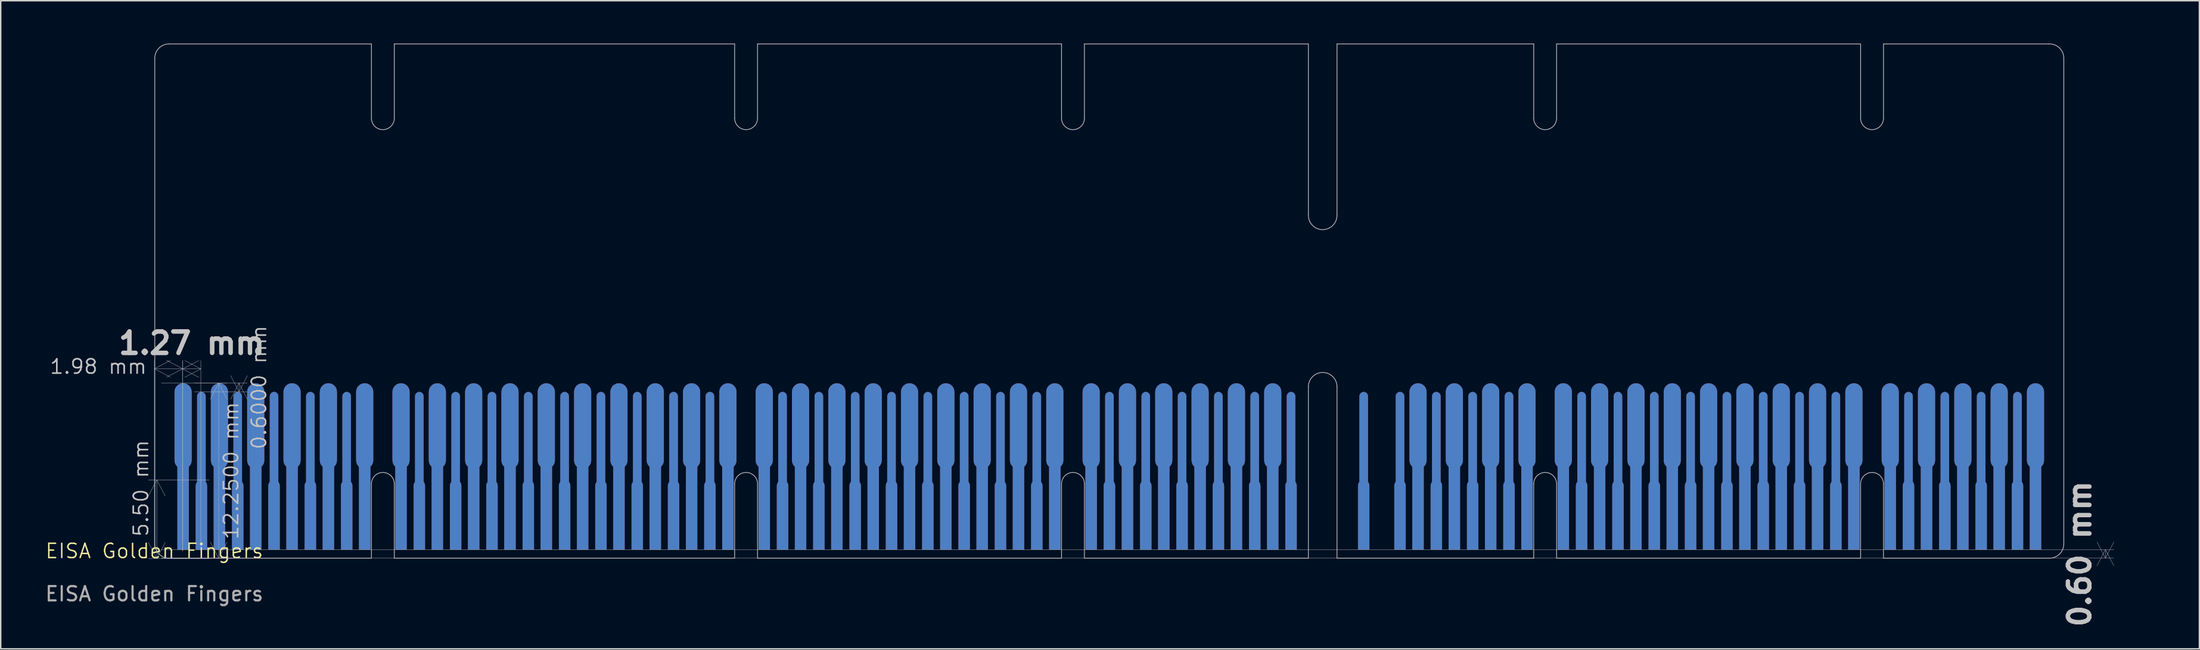
<source format=kicad_pcb>
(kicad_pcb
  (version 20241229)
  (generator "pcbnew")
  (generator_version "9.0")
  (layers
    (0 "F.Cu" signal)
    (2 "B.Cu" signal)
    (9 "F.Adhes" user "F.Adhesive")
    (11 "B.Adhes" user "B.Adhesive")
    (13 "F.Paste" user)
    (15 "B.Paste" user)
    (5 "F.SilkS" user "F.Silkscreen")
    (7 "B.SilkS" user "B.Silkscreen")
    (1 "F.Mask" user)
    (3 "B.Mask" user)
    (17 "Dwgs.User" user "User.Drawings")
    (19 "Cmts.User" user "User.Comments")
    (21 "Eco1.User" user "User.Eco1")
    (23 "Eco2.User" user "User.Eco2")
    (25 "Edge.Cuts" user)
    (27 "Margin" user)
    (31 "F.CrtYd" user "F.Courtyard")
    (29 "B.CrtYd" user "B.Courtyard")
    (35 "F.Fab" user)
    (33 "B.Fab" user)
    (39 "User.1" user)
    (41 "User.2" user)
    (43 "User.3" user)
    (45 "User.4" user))
  (footprint "EISA Golden Fingers"
    (layer "F.Cu")
    (at 7.744 36.025)
    (property "Reference" "EISA Golden Fingers" (at 0 -0.5 0) (unlocked yes) (layer "F.SilkS") (effects (font (size 1 1) (thickness 0.1))))
    (attr smd)
    (fp_rect (start 0 -13) (end 133.53 0) (stroke (width 0.1) (type solid)) (fill yes) (layer "F.Mask"))
    (fp_rect (start 0 -13) (end 133.53 0) (stroke (width 0.1) (type solid)) (fill yes) (layer "B.Mask"))
    (fp_line (start 0.03 -35) (end 0.03 -1) (stroke (width 0.05) (type default)) (layer "Dwgs.User"))
    (fp_line (start 1.03 0) (end 15.18 0) (stroke (width 0.05) (type default)) (layer "Dwgs.User"))
    (fp_line (start 15.18 -36) (end 1.03 -36) (stroke (width 0.05) (type default)) (layer "Dwgs.User"))
    (fp_line (start 15.18 -30.8) (end 15.18 -36) (stroke (width 0.05) (type default)) (layer "Dwgs.User"))
    (fp_line (start 15.18 0) (end 15.18 -5.2) (stroke (width 0.05) (type default)) (layer "Dwgs.User"))
    (fp_line (start 16.78 -36) (end 16.78 -30.8) (stroke (width 0.05) (type default)) (layer "Dwgs.User"))
    (fp_line (start 16.78 -5.2) (end 16.78 0) (stroke (width 0.05) (type default)) (layer "Dwgs.User"))
    (fp_line (start 16.78 0) (end 40.58 0) (stroke (width 0.05) (type default)) (layer "Dwgs.User"))
    (fp_line (start 40.58 -36) (end 16.78 -36) (stroke (width 0.05) (type default)) (layer "Dwgs.User"))
    (fp_line (start 40.58 -30.8) (end 40.58 -36) (stroke (width 0.05) (type default)) (layer "Dwgs.User"))
    (fp_line (start 40.58 0) (end 40.58 -5.2) (stroke (width 0.05) (type default)) (layer "Dwgs.User"))
    (fp_line (start 42.18 -36) (end 42.18 -30.8) (stroke (width 0.05) (type default)) (layer "Dwgs.User"))
    (fp_line (start 42.18 -5.2) (end 42.18 0) (stroke (width 0.05) (type default)) (layer "Dwgs.User"))
    (fp_line (start 42.18 0) (end 63.44 0) (stroke (width 0.05) (type default)) (layer "Dwgs.User"))
    (fp_line (start 63.44 -36) (end 42.18 -36) (stroke (width 0.05) (type default)) (layer "Dwgs.User"))
    (fp_line (start 63.44 -30.8) (end 63.44 -36) (stroke (width 0.05) (type default)) (layer "Dwgs.User"))
    (fp_line (start 63.44 0) (end 63.44 -5.2) (stroke (width 0.05) (type default)) (layer "Dwgs.User"))
    (fp_line (start 65.04 -36) (end 65.04 -30.8) (stroke (width 0.05) (type default)) (layer "Dwgs.User"))
    (fp_line (start 65.04 -5.2) (end 65.04 0) (stroke (width 0.05) (type default)) (layer "Dwgs.User"))
    (fp_line (start 65.04 0) (end 80.703 0) (stroke (width 0.05) (type default)) (layer "Dwgs.User"))
    (fp_line (start 80.703 -36) (end 65.04 -36) (stroke (width 0.05) (type default)) (layer "Dwgs.User"))
    (fp_line (start 80.703 -24) (end 80.703 -36) (stroke (width 0.05) (type default)) (layer "Dwgs.User"))
    (fp_line (start 80.703 0) (end 80.703 -12) (stroke (width 0.05) (type default)) (layer "Dwgs.User"))
    (fp_line (start 82.703 -36) (end 82.703 -24) (stroke (width 0.05) (type default)) (layer "Dwgs.User"))
    (fp_line (start 82.703 -12) (end 82.703 0) (stroke (width 0.05) (type default)) (layer "Dwgs.User"))
    (fp_line (start 82.703 0) (end 96.46 0) (stroke (width 0.05) (type default)) (layer "Dwgs.User"))
    (fp_line (start 96.46 -36) (end 82.703 -36) (stroke (width 0.05) (type default)) (layer "Dwgs.User"))
    (fp_line (start 96.46 -30.8) (end 96.46 -36) (stroke (width 0.05) (type default)) (layer "Dwgs.User"))
    (fp_line (start 96.46 0) (end 96.46 -5.2) (stroke (width 0.05) (type default)) (layer "Dwgs.User"))
    (fp_line (start 98.06 -36) (end 98.06 -30.8) (stroke (width 0.05) (type default)) (layer "Dwgs.User"))
    (fp_line (start 98.06 -5.2) (end 98.06 0) (stroke (width 0.05) (type default)) (layer "Dwgs.User"))
    (fp_line (start 98.06 0) (end 119.32 0) (stroke (width 0.05) (type default)) (layer "Dwgs.User"))
    (fp_line (start 119.32 -36) (end 98.06 -36) (stroke (width 0.05) (type default)) (layer "Dwgs.User"))
    (fp_line (start 119.32 -30.8) (end 119.32 -36) (stroke (width 0.05) (type default)) (layer "Dwgs.User"))
    (fp_line (start 119.32 0) (end 119.32 -5.2) (stroke (width 0.05) (type default)) (layer "Dwgs.User"))
    (fp_line (start 120.92 -36) (end 120.92 -30.8) (stroke (width 0.05) (type default)) (layer "Dwgs.User"))
    (fp_line (start 120.92 -5.2) (end 120.92 0) (stroke (width 0.05) (type default)) (layer "Dwgs.User"))
    (fp_line (start 120.92 0) (end 132.53 0) (stroke (width 0.05) (type default)) (layer "Dwgs.User"))
    (fp_line (start 132.53 -36) (end 120.92 -36) (stroke (width 0.05) (type default)) (layer "Dwgs.User"))
    (fp_line (start 133.53 -1) (end 133.53 -35) (stroke (width 0.05) (type default)) (layer "Dwgs.User"))
    (fp_arc (start 0.03 -35) (mid 0.322893 -35.707107) (end 1.03 -36) (stroke (width 0.05) (type default)) (layer "Dwgs.User"))
    (fp_arc (start 1.03 0) (mid 0.322893 -0.292893) (end 0.03 -1) (stroke (width 0.05) (type default)) (layer "Dwgs.User"))
    (fp_arc (start 15.18 -5.2) (mid 15.98 -6) (end 16.78 -5.2) (stroke (width 0.05) (type default)) (layer "Dwgs.User"))
    (fp_arc (start 16.78 -30.8) (mid 15.98 -30) (end 15.18 -30.8) (stroke (width 0.05) (type default)) (layer "Dwgs.User"))
    (fp_arc (start 40.58 -5.2) (mid 41.38 -6) (end 42.18 -5.2) (stroke (width 0.05) (type default)) (layer "Dwgs.User"))
    (fp_arc (start 42.18 -30.8) (mid 41.38 -30) (end 40.58 -30.8) (stroke (width 0.05) (type default)) (layer "Dwgs.User"))
    (fp_arc (start 63.44 -5.2) (mid 64.24 -6) (end 65.04 -5.2) (stroke (width 0.05) (type default)) (layer "Dwgs.User"))
    (fp_arc (start 65.04 -30.8) (mid 64.24 -30) (end 63.44 -30.8) (stroke (width 0.05) (type default)) (layer "Dwgs.User"))
    (fp_arc (start 80.7025 -12) (mid 81.7025 -13) (end 82.7025 -12) (stroke (width 0.05) (type default)) (layer "Dwgs.User"))
    (fp_arc (start 82.7025 -24) (mid 81.7025 -23) (end 80.7025 -24) (stroke (width 0.05) (type default)) (layer "Dwgs.User"))
    (fp_arc (start 96.46 -5.2) (mid 97.26 -6) (end 98.06 -5.2) (stroke (width 0.05) (type default)) (layer "Dwgs.User"))
    (fp_arc (start 98.06 -30.8) (mid 97.26 -30) (end 96.46 -30.8) (stroke (width 0.05) (type default)) (layer "Dwgs.User"))
    (fp_arc (start 119.32 -5.2) (mid 120.12 -6) (end 120.92 -5.2) (stroke (width 0.05) (type default)) (layer "Dwgs.User"))
    (fp_arc (start 120.92 -30.8) (mid 120.12 -30) (end 119.32 -30.8) (stroke (width 0.05) (type default)) (layer "Dwgs.User"))
    (fp_arc (start 132.530001 -36) (mid 133.237107 -35.707107) (end 133.53 -35.000001) (stroke (width 0.05) (type default)) (layer "Dwgs.User"))
    (fp_arc (start 133.53 -0.999999) (mid 133.237107 -0.292893) (end 132.530001 0) (stroke (width 0.05) (type default)) (layer "Dwgs.User"))
    (fp_text user "${REFERENCE}" (at 0 2.5 0) (unlocked yes) (layer "F.Fab") (effects (font (size 1 1) (thickness 0.15))))
    (dimension (type aligned) (layer "Dwgs.User") (pts (xy 12.074 36.05) (xy 12.074 30.545)) (height -4.16) (format (prefix "") (suffix "") (units 3) (units_format 1) (precision 2)) (style (thickness 0.02) (arrow_length 1.27) (text_position_mode 2) (arrow_direction outward) (extension_height 0.586) (extension_offset 0.5) (keep_text_aligned yes)) (gr_text "5.50 mm" (at 6.814 31.135 90) (layer "Dwgs.User") (effects (font (size 1 1) (thickness 0.1)))))
    (dimension (type aligned) (layer "Dwgs.User") (pts (xy 7.744 36.025) (xy 9.724 36.025)) (height -13.26) (format (prefix "") (suffix "") (units 3) (units_format 1) (precision 2)) (style (thickness 0.02) (arrow_length 1.27) (text_position_mode 2) (arrow_direction outward) (extension_height 0.586) (extension_offset 0.5) (keep_text_aligned yes)) (gr_text "1.98 mm" (at 3.824 22.615 0) (layer "Dwgs.User") (effects (font (size 1 1) (thickness 0.1)))))
    (dimension (type aligned) (layer "Dwgs.User") (pts (xy 7.744 36.025) (xy 7.744 23.775)) (height 4.5) (format (prefix "") (suffix "") (units 3) (units_format 1) (precision 4)) (style (thickness 0.02) (arrow_length 1.27) (text_position_mode 2) (arrow_direction outward) (extension_height 0.586) (extension_offset 0.5) (keep_text_aligned yes)) (gr_text "12.2500 mm" (at 13.114 29.9 90) (layer "Dwgs.User") (effects (font (size 1 1) (thickness 0.1)))))
    (dimension (type aligned) (layer "Dwgs.User") (pts (xy 9.724 36.035) (xy 10.994 36.035)) (height -13.26) (format (prefix "") (suffix "") (units 3) (units_format 1) (precision 2)) (style (thickness 0.02) (arrow_length 1.27) (text_position_mode 0) (arrow_direction outward) (extension_height 0.586) (extension_offset 0.5) (keep_text_aligned yes)) (gr_text "1.27 mm" (at 10.359 20.975 0) (layer "Dwgs.User") (effects (font (size 1.5 1.5) (thickness 0.3)))))
    (dimension (type aligned) (layer "Dwgs.User") (pts (xy 10.054 23.775) (xy 10.054 24.375)) (height -3.61) (format (prefix "") (suffix "") (units 3) (units_format 1) (precision 4)) (style (thickness 0.02) (arrow_length 1.27) (text_position_mode 2) (arrow_direction outward) (extension_height 0.586) (extension_offset 0.5) (keep_text_aligned yes)) (gr_text "0.6000 mm" (at 15.064 24.075 90) (layer "Dwgs.User") (effects (font (size 1 1) (thickness 0.1)))))
    (dimension (type aligned) (layer "Dwgs.User") (pts (xy 7.744 36.025) (xy 7.744 35.425)) (height 136.44) (format (prefix "") (suffix "") (units 3) (units_format 1) (precision 2)) (style (thickness 0.02) (arrow_length 1.27) (text_position_mode 0) (arrow_direction outward) (extension_height 0.586) (extension_offset 0.5) (keep_text_aligned yes)) (gr_text "0.60 mm" (at 142.384 35.725 90) (layer "Dwgs.User") (effects (font (size 1.5 1.5) (thickness 0.3)))))
    (pad "A1" smd custom (at 2.01 -11.64) (size 0.5 0.5) (layers "B.Cu" "B.Mask") (options (anchor rect)) (primitives (gr_poly (pts (xy -0.155 -0.586) (xy -0.3 -0.526) (xy -0.424 -0.431) (xy -0.52 -0.306) (xy -0.58 -0.162) (xy -0.6 -0.006) (xy -0.6 4.794) (xy -0.58 4.949) (xy -0.52 5.094) (xy -0.424 5.218) (xy -0.4 5.237) (xy -0.4 11.044) (xy 0.4 11.044) (xy 0.4 5.237) (xy 0.424 5.218) (xy 0.52 5.094) (xy 0.58 4.949) (xy 0.6 4.794) (xy 0.6 -0.006) (xy 0.58 -0.162) (xy 0.52 -0.306) (xy 0.424 -0.431) (xy 0.3 -0.526) (xy 0.155 -0.586) (xy 0 -0.606)) (width 0) (fill yes))))
    (pad "A2" smd custom (at 4.55 -11.64) (size 0.5 0.5) (layers "B.Cu" "B.Mask") (options (anchor rect)) (primitives (gr_poly (pts (xy -0.155 -0.586) (xy -0.3 -0.526) (xy -0.424 -0.431) (xy -0.52 -0.306) (xy -0.58 -0.162) (xy -0.6 -0.006) (xy -0.6 4.794) (xy -0.58 4.949) (xy -0.52 5.094) (xy -0.424 5.218) (xy -0.4 5.237) (xy -0.4 11.044) (xy 0.4 11.044) (xy 0.4 5.237) (xy 0.424 5.218) (xy 0.52 5.094) (xy 0.58 4.949) (xy 0.6 4.794) (xy 0.6 -0.006) (xy 0.58 -0.162) (xy 0.52 -0.306) (xy 0.424 -0.431) (xy 0.3 -0.526) (xy 0.155 -0.586) (xy 0 -0.606)) (width 0) (fill yes))))
    (pad "A3" smd custom (at 7.09 -11.64) (size 0.5 0.5) (layers "B.Cu" "B.Mask") (options (anchor rect)) (primitives (gr_poly (pts (xy -0.155 -0.586) (xy -0.3 -0.526) (xy -0.424 -0.431) (xy -0.52 -0.306) (xy -0.58 -0.162) (xy -0.6 -0.006) (xy -0.6 4.794) (xy -0.58 4.949) (xy -0.52 5.094) (xy -0.424 5.218) (xy -0.4 5.237) (xy -0.4 11.044) (xy 0.4 11.044) (xy 0.4 5.237) (xy 0.424 5.218) (xy 0.52 5.094) (xy 0.58 4.949) (xy 0.6 4.794) (xy 0.6 -0.006) (xy 0.58 -0.162) (xy 0.52 -0.306) (xy 0.424 -0.431) (xy 0.3 -0.526) (xy 0.155 -0.586) (xy 0 -0.606)) (width 0) (fill yes))))
    (pad "A4" smd custom (at 9.63 -11.64) (size 0.5 0.5) (layers "B.Cu" "B.Mask") (options (anchor rect)) (primitives (gr_poly (pts (xy -0.155 -0.586) (xy -0.3 -0.526) (xy -0.424 -0.431) (xy -0.52 -0.306) (xy -0.58 -0.162) (xy -0.6 -0.006) (xy -0.6 4.794) (xy -0.58 4.949) (xy -0.52 5.094) (xy -0.424 5.218) (xy -0.4 5.237) (xy -0.4 11.044) (xy 0.4 11.044) (xy 0.4 5.237) (xy 0.424 5.218) (xy 0.52 5.094) (xy 0.58 4.949) (xy 0.6 4.794) (xy 0.6 -0.006) (xy 0.58 -0.162) (xy 0.52 -0.306) (xy 0.424 -0.431) (xy 0.3 -0.526) (xy 0.155 -0.586) (xy 0 -0.606)) (width 0) (fill yes))))
    (pad "A5" smd custom (at 12.17 -11.64) (size 0.5 0.5) (layers "B.Cu" "B.Mask") (options (anchor rect)) (primitives (gr_poly (pts (xy -0.155 -0.586) (xy -0.3 -0.526) (xy -0.424 -0.431) (xy -0.52 -0.306) (xy -0.58 -0.162) (xy -0.6 -0.006) (xy -0.6 4.794) (xy -0.58 4.949) (xy -0.52 5.094) (xy -0.424 5.218) (xy -0.4 5.237) (xy -0.4 11.044) (xy 0.4 11.044) (xy 0.4 5.237) (xy 0.424 5.218) (xy 0.52 5.094) (xy 0.58 4.949) (xy 0.6 4.794) (xy 0.6 -0.006) (xy 0.58 -0.162) (xy 0.52 -0.306) (xy 0.424 -0.431) (xy 0.3 -0.526) (xy 0.155 -0.586) (xy 0 -0.606)) (width 0) (fill yes))))
    (pad "A6" smd custom (at 14.71 -11.64) (size 0.5 0.5) (layers "B.Cu" "B.Mask") (options (anchor rect)) (primitives (gr_poly (pts (xy -0.155 -0.586) (xy -0.3 -0.526) (xy -0.424 -0.431) (xy -0.52 -0.306) (xy -0.58 -0.162) (xy -0.6 -0.006) (xy -0.6 4.794) (xy -0.58 4.949) (xy -0.52 5.094) (xy -0.424 5.218) (xy -0.4 5.237) (xy -0.4 11.044) (xy 0.4 11.044) (xy 0.4 5.237) (xy 0.424 5.218) (xy 0.52 5.094) (xy 0.58 4.949) (xy 0.6 4.794) (xy 0.6 -0.006) (xy 0.58 -0.162) (xy 0.52 -0.306) (xy 0.424 -0.431) (xy 0.3 -0.526) (xy 0.155 -0.586) (xy 0 -0.606)) (width 0) (fill yes))))
    (pad "A7" smd custom (at 17.25 -11.64) (size 0.5 0.5) (layers "B.Cu" "B.Mask") (options (anchor rect)) (primitives (gr_poly (pts (xy -0.155 -0.586) (xy -0.3 -0.526) (xy -0.424 -0.431) (xy -0.52 -0.306) (xy -0.58 -0.162) (xy -0.6 -0.006) (xy -0.6 4.794) (xy -0.58 4.949) (xy -0.52 5.094) (xy -0.424 5.218) (xy -0.4 5.237) (xy -0.4 11.044) (xy 0.4 11.044) (xy 0.4 5.237) (xy 0.424 5.218) (xy 0.52 5.094) (xy 0.58 4.949) (xy 0.6 4.794) (xy 0.6 -0.006) (xy 0.58 -0.162) (xy 0.52 -0.306) (xy 0.424 -0.431) (xy 0.3 -0.526) (xy 0.155 -0.586) (xy 0 -0.606)) (width 0) (fill yes))))
    (pad "A8" smd custom (at 19.79 -11.64) (size 0.5 0.5) (layers "B.Cu" "B.Mask") (options (anchor rect)) (primitives (gr_poly (pts (xy -0.155 -0.586) (xy -0.3 -0.526) (xy -0.424 -0.431) (xy -0.52 -0.306) (xy -0.58 -0.162) (xy -0.6 -0.006) (xy -0.6 4.794) (xy -0.58 4.949) (xy -0.52 5.094) (xy -0.424 5.218) (xy -0.4 5.237) (xy -0.4 11.044) (xy 0.4 11.044) (xy 0.4 5.237) (xy 0.424 5.218) (xy 0.52 5.094) (xy 0.58 4.949) (xy 0.6 4.794) (xy 0.6 -0.006) (xy 0.58 -0.162) (xy 0.52 -0.306) (xy 0.424 -0.431) (xy 0.3 -0.526) (xy 0.155 -0.586) (xy 0 -0.606)) (width 0) (fill yes))))
    (pad "A9" smd custom (at 22.33 -11.64) (size 0.5 0.5) (layers "B.Cu" "B.Mask") (options (anchor rect)) (primitives (gr_poly (pts (xy -0.155 -0.586) (xy -0.3 -0.526) (xy -0.424 -0.431) (xy -0.52 -0.306) (xy -0.58 -0.162) (xy -0.6 -0.006) (xy -0.6 4.794) (xy -0.58 4.949) (xy -0.52 5.094) (xy -0.424 5.218) (xy -0.4 5.237) (xy -0.4 11.044) (xy 0.4 11.044) (xy 0.4 5.237) (xy 0.424 5.218) (xy 0.52 5.094) (xy 0.58 4.949) (xy 0.6 4.794) (xy 0.6 -0.006) (xy 0.58 -0.162) (xy 0.52 -0.306) (xy 0.424 -0.431) (xy 0.3 -0.526) (xy 0.155 -0.586) (xy 0 -0.606)) (width 0) (fill yes))))
    (pad "A10" smd custom (at 24.87 -11.64) (size 0.5 0.5) (layers "B.Cu" "B.Mask") (options (anchor rect)) (primitives (gr_poly (pts (xy -0.155 -0.586) (xy -0.3 -0.526) (xy -0.424 -0.431) (xy -0.52 -0.306) (xy -0.58 -0.162) (xy -0.6 -0.006) (xy -0.6 4.794) (xy -0.58 4.949) (xy -0.52 5.094) (xy -0.424 5.218) (xy -0.4 5.237) (xy -0.4 11.044) (xy 0.4 11.044) (xy 0.4 5.237) (xy 0.424 5.218) (xy 0.52 5.094) (xy 0.58 4.949) (xy 0.6 4.794) (xy 0.6 -0.006) (xy 0.58 -0.162) (xy 0.52 -0.306) (xy 0.424 -0.431) (xy 0.3 -0.526) (xy 0.155 -0.586) (xy 0 -0.606)) (width 0) (fill yes))))
    (pad "A11" smd custom (at 27.41 -11.64) (size 0.5 0.5) (layers "B.Cu" "B.Mask") (options (anchor rect)) (primitives (gr_poly (pts (xy -0.155 -0.586) (xy -0.3 -0.526) (xy -0.424 -0.431) (xy -0.52 -0.306) (xy -0.58 -0.162) (xy -0.6 -0.006) (xy -0.6 4.794) (xy -0.58 4.949) (xy -0.52 5.094) (xy -0.424 5.218) (xy -0.4 5.237) (xy -0.4 11.044) (xy 0.4 11.044) (xy 0.4 5.237) (xy 0.424 5.218) (xy 0.52 5.094) (xy 0.58 4.949) (xy 0.6 4.794) (xy 0.6 -0.006) (xy 0.58 -0.162) (xy 0.52 -0.306) (xy 0.424 -0.431) (xy 0.3 -0.526) (xy 0.155 -0.586) (xy 0 -0.606)) (width 0) (fill yes))))
    (pad "A12" smd custom (at 29.95 -11.64) (size 0.5 0.5) (layers "B.Cu" "B.Mask") (options (anchor rect)) (primitives (gr_poly (pts (xy -0.155 -0.586) (xy -0.3 -0.526) (xy -0.424 -0.431) (xy -0.52 -0.306) (xy -0.58 -0.162) (xy -0.6 -0.006) (xy -0.6 4.794) (xy -0.58 4.949) (xy -0.52 5.094) (xy -0.424 5.218) (xy -0.4 5.237) (xy -0.4 11.044) (xy 0.4 11.044) (xy 0.4 5.237) (xy 0.424 5.218) (xy 0.52 5.094) (xy 0.58 4.949) (xy 0.6 4.794) (xy 0.6 -0.006) (xy 0.58 -0.162) (xy 0.52 -0.306) (xy 0.424 -0.431) (xy 0.3 -0.526) (xy 0.155 -0.586) (xy 0 -0.606)) (width 0) (fill yes))))
    (pad "A13" smd custom (at 32.49 -11.64) (size 0.5 0.5) (layers "B.Cu" "B.Mask") (options (anchor rect)) (primitives (gr_poly (pts (xy -0.155 -0.586) (xy -0.3 -0.526) (xy -0.424 -0.431) (xy -0.52 -0.306) (xy -0.58 -0.162) (xy -0.6 -0.006) (xy -0.6 4.794) (xy -0.58 4.949) (xy -0.52 5.094) (xy -0.424 5.218) (xy -0.4 5.237) (xy -0.4 11.044) (xy 0.4 11.044) (xy 0.4 5.237) (xy 0.424 5.218) (xy 0.52 5.094) (xy 0.58 4.949) (xy 0.6 4.794) (xy 0.6 -0.006) (xy 0.58 -0.162) (xy 0.52 -0.306) (xy 0.424 -0.431) (xy 0.3 -0.526) (xy 0.155 -0.586) (xy 0 -0.606)) (width 0) (fill yes))))
    (pad "A14" smd custom (at 35.03 -11.64) (size 0.5 0.5) (layers "B.Cu" "B.Mask") (options (anchor rect)) (primitives (gr_poly (pts (xy -0.155 -0.586) (xy -0.3 -0.526) (xy -0.424 -0.431) (xy -0.52 -0.306) (xy -0.58 -0.162) (xy -0.6 -0.006) (xy -0.6 4.794) (xy -0.58 4.949) (xy -0.52 5.094) (xy -0.424 5.218) (xy -0.4 5.237) (xy -0.4 11.044) (xy 0.4 11.044) (xy 0.4 5.237) (xy 0.424 5.218) (xy 0.52 5.094) (xy 0.58 4.949) (xy 0.6 4.794) (xy 0.6 -0.006) (xy 0.58 -0.162) (xy 0.52 -0.306) (xy 0.424 -0.431) (xy 0.3 -0.526) (xy 0.155 -0.586) (xy 0 -0.606)) (width 0) (fill yes))))
    (pad "A15" smd custom (at 37.57 -11.64) (size 0.5 0.5) (layers "B.Cu" "B.Mask") (options (anchor rect)) (primitives (gr_poly (pts (xy -0.155 -0.586) (xy -0.3 -0.526) (xy -0.424 -0.431) (xy -0.52 -0.306) (xy -0.58 -0.162) (xy -0.6 -0.006) (xy -0.6 4.794) (xy -0.58 4.949) (xy -0.52 5.094) (xy -0.424 5.218) (xy -0.4 5.237) (xy -0.4 11.044) (xy 0.4 11.044) (xy 0.4 5.237) (xy 0.424 5.218) (xy 0.52 5.094) (xy 0.58 4.949) (xy 0.6 4.794) (xy 0.6 -0.006) (xy 0.58 -0.162) (xy 0.52 -0.306) (xy 0.424 -0.431) (xy 0.3 -0.526) (xy 0.155 -0.586) (xy 0 -0.606)) (width 0) (fill yes))))
    (pad "A16" smd custom (at 40.11 -11.64) (size 0.5 0.5) (layers "B.Cu" "B.Mask") (options (anchor rect)) (primitives (gr_poly (pts (xy -0.155 -0.586) (xy -0.3 -0.526) (xy -0.424 -0.431) (xy -0.52 -0.306) (xy -0.58 -0.162) (xy -0.6 -0.006) (xy -0.6 4.794) (xy -0.58 4.949) (xy -0.52 5.094) (xy -0.424 5.218) (xy -0.4 5.237) (xy -0.4 11.044) (xy 0.4 11.044) (xy 0.4 5.237) (xy 0.424 5.218) (xy 0.52 5.094) (xy 0.58 4.949) (xy 0.6 4.794) (xy 0.6 -0.006) (xy 0.58 -0.162) (xy 0.52 -0.306) (xy 0.424 -0.431) (xy 0.3 -0.526) (xy 0.155 -0.586) (xy 0 -0.606)) (width 0) (fill yes))))
    (pad "A17" smd custom (at 42.65 -11.64) (size 0.5 0.5) (layers "B.Cu" "B.Mask") (options (anchor rect)) (primitives (gr_poly (pts (xy -0.155 -0.586) (xy -0.3 -0.526) (xy -0.424 -0.431) (xy -0.52 -0.306) (xy -0.58 -0.162) (xy -0.6 -0.006) (xy -0.6 4.794) (xy -0.58 4.949) (xy -0.52 5.094) (xy -0.424 5.218) (xy -0.4 5.237) (xy -0.4 11.044) (xy 0.4 11.044) (xy 0.4 5.237) (xy 0.424 5.218) (xy 0.52 5.094) (xy 0.58 4.949) (xy 0.6 4.794) (xy 0.6 -0.006) (xy 0.58 -0.162) (xy 0.52 -0.306) (xy 0.424 -0.431) (xy 0.3 -0.526) (xy 0.155 -0.586) (xy 0 -0.606)) (width 0) (fill yes))))
    (pad "A18" smd custom (at 45.19 -11.64) (size 0.5 0.5) (layers "B.Cu" "B.Mask") (options (anchor rect)) (primitives (gr_poly (pts (xy -0.155 -0.586) (xy -0.3 -0.526) (xy -0.424 -0.431) (xy -0.52 -0.306) (xy -0.58 -0.162) (xy -0.6 -0.006) (xy -0.6 4.794) (xy -0.58 4.949) (xy -0.52 5.094) (xy -0.424 5.218) (xy -0.4 5.237) (xy -0.4 11.044) (xy 0.4 11.044) (xy 0.4 5.237) (xy 0.424 5.218) (xy 0.52 5.094) (xy 0.58 4.949) (xy 0.6 4.794) (xy 0.6 -0.006) (xy 0.58 -0.162) (xy 0.52 -0.306) (xy 0.424 -0.431) (xy 0.3 -0.526) (xy 0.155 -0.586) (xy 0 -0.606)) (width 0) (fill yes))))
    (pad "A19" smd custom (at 47.73 -11.64) (size 0.5 0.5) (layers "B.Cu" "B.Mask") (options (anchor rect)) (primitives (gr_poly (pts (xy -0.155 -0.586) (xy -0.3 -0.526) (xy -0.424 -0.431) (xy -0.52 -0.306) (xy -0.58 -0.162) (xy -0.6 -0.006) (xy -0.6 4.794) (xy -0.58 4.949) (xy -0.52 5.094) (xy -0.424 5.218) (xy -0.4 5.237) (xy -0.4 11.044) (xy 0.4 11.044) (xy 0.4 5.237) (xy 0.424 5.218) (xy 0.52 5.094) (xy 0.58 4.949) (xy 0.6 4.794) (xy 0.6 -0.006) (xy 0.58 -0.162) (xy 0.52 -0.306) (xy 0.424 -0.431) (xy 0.3 -0.526) (xy 0.155 -0.586) (xy 0 -0.606)) (width 0) (fill yes))))
    (pad "A20" smd custom (at 50.27 -11.64) (size 0.5 0.5) (layers "B.Cu" "B.Mask") (options (anchor rect)) (primitives (gr_poly (pts (xy -0.155 -0.586) (xy -0.3 -0.526) (xy -0.424 -0.431) (xy -0.52 -0.306) (xy -0.58 -0.162) (xy -0.6 -0.006) (xy -0.6 4.794) (xy -0.58 4.949) (xy -0.52 5.094) (xy -0.424 5.218) (xy -0.4 5.237) (xy -0.4 11.044) (xy 0.4 11.044) (xy 0.4 5.237) (xy 0.424 5.218) (xy 0.52 5.094) (xy 0.58 4.949) (xy 0.6 4.794) (xy 0.6 -0.006) (xy 0.58 -0.162) (xy 0.52 -0.306) (xy 0.424 -0.431) (xy 0.3 -0.526) (xy 0.155 -0.586) (xy 0 -0.606)) (width 0) (fill yes))))
    (pad "A21" smd custom (at 52.81 -11.64) (size 0.5 0.5) (layers "B.Cu" "B.Mask") (options (anchor rect)) (primitives (gr_poly (pts (xy -0.155 -0.586) (xy -0.3 -0.526) (xy -0.424 -0.431) (xy -0.52 -0.306) (xy -0.58 -0.162) (xy -0.6 -0.006) (xy -0.6 4.794) (xy -0.58 4.949) (xy -0.52 5.094) (xy -0.424 5.218) (xy -0.4 5.237) (xy -0.4 11.044) (xy 0.4 11.044) (xy 0.4 5.237) (xy 0.424 5.218) (xy 0.52 5.094) (xy 0.58 4.949) (xy 0.6 4.794) (xy 0.6 -0.006) (xy 0.58 -0.162) (xy 0.52 -0.306) (xy 0.424 -0.431) (xy 0.3 -0.526) (xy 0.155 -0.586) (xy 0 -0.606)) (width 0) (fill yes))))
    (pad "A22" smd custom (at 55.35 -11.64) (size 0.5 0.5) (layers "B.Cu" "B.Mask") (options (anchor rect)) (primitives (gr_poly (pts (xy -0.155 -0.586) (xy -0.3 -0.526) (xy -0.424 -0.431) (xy -0.52 -0.306) (xy -0.58 -0.162) (xy -0.6 -0.006) (xy -0.6 4.794) (xy -0.58 4.949) (xy -0.52 5.094) (xy -0.424 5.218) (xy -0.4 5.237) (xy -0.4 11.044) (xy 0.4 11.044) (xy 0.4 5.237) (xy 0.424 5.218) (xy 0.52 5.094) (xy 0.58 4.949) (xy 0.6 4.794) (xy 0.6 -0.006) (xy 0.58 -0.162) (xy 0.52 -0.306) (xy 0.424 -0.431) (xy 0.3 -0.526) (xy 0.155 -0.586) (xy 0 -0.606)) (width 0) (fill yes))))
    (pad "A23" smd custom (at 57.89 -11.64) (size 0.5 0.5) (layers "B.Cu" "B.Mask") (options (anchor rect)) (primitives (gr_poly (pts (xy -0.155 -0.586) (xy -0.3 -0.526) (xy -0.424 -0.431) (xy -0.52 -0.306) (xy -0.58 -0.162) (xy -0.6 -0.006) (xy -0.6 4.794) (xy -0.58 4.949) (xy -0.52 5.094) (xy -0.424 5.218) (xy -0.4 5.237) (xy -0.4 11.044) (xy 0.4 11.044) (xy 0.4 5.237) (xy 0.424 5.218) (xy 0.52 5.094) (xy 0.58 4.949) (xy 0.6 4.794) (xy 0.6 -0.006) (xy 0.58 -0.162) (xy 0.52 -0.306) (xy 0.424 -0.431) (xy 0.3 -0.526) (xy 0.155 -0.586) (xy 0 -0.606)) (width 0) (fill yes))))
    (pad "A24" smd custom (at 60.43 -11.64) (size 0.5 0.5) (layers "B.Cu" "B.Mask") (options (anchor rect)) (primitives (gr_poly (pts (xy -0.155 -0.586) (xy -0.3 -0.526) (xy -0.424 -0.431) (xy -0.52 -0.306) (xy -0.58 -0.162) (xy -0.6 -0.006) (xy -0.6 4.794) (xy -0.58 4.949) (xy -0.52 5.094) (xy -0.424 5.218) (xy -0.4 5.237) (xy -0.4 11.044) (xy 0.4 11.044) (xy 0.4 5.237) (xy 0.424 5.218) (xy 0.52 5.094) (xy 0.58 4.949) (xy 0.6 4.794) (xy 0.6 -0.006) (xy 0.58 -0.162) (xy 0.52 -0.306) (xy 0.424 -0.431) (xy 0.3 -0.526) (xy 0.155 -0.586) (xy 0 -0.606)) (width 0) (fill yes))))
    (pad "A25" smd custom (at 62.97 -11.64) (size 0.5 0.5) (layers "B.Cu" "B.Mask") (options (anchor rect)) (primitives (gr_poly (pts (xy -0.155 -0.586) (xy -0.3 -0.526) (xy -0.424 -0.431) (xy -0.52 -0.306) (xy -0.58 -0.162) (xy -0.6 -0.006) (xy -0.6 4.794) (xy -0.58 4.949) (xy -0.52 5.094) (xy -0.424 5.218) (xy -0.4 5.237) (xy -0.4 11.044) (xy 0.4 11.044) (xy 0.4 5.237) (xy 0.424 5.218) (xy 0.52 5.094) (xy 0.58 4.949) (xy 0.6 4.794) (xy 0.6 -0.006) (xy 0.58 -0.162) (xy 0.52 -0.306) (xy 0.424 -0.431) (xy 0.3 -0.526) (xy 0.155 -0.586) (xy 0 -0.606)) (width 0) (fill yes))))
    (pad "A26" smd custom (at 65.51 -11.64) (size 0.5 0.5) (layers "B.Cu" "B.Mask") (options (anchor rect)) (primitives (gr_poly (pts (xy -0.155 -0.586) (xy -0.3 -0.526) (xy -0.424 -0.431) (xy -0.52 -0.306) (xy -0.58 -0.162) (xy -0.6 -0.006) (xy -0.6 4.794) (xy -0.58 4.949) (xy -0.52 5.094) (xy -0.424 5.218) (xy -0.4 5.237) (xy -0.4 11.044) (xy 0.4 11.044) (xy 0.4 5.237) (xy 0.424 5.218) (xy 0.52 5.094) (xy 0.58 4.949) (xy 0.6 4.794) (xy 0.6 -0.006) (xy 0.58 -0.162) (xy 0.52 -0.306) (xy 0.424 -0.431) (xy 0.3 -0.526) (xy 0.155 -0.586) (xy 0 -0.606)) (width 0) (fill yes))))
    (pad "A27" smd custom (at 68.05 -11.64) (size 0.5 0.5) (layers "B.Cu" "B.Mask") (options (anchor rect)) (primitives (gr_poly (pts (xy -0.155 -0.586) (xy -0.3 -0.526) (xy -0.424 -0.431) (xy -0.52 -0.306) (xy -0.58 -0.162) (xy -0.6 -0.006) (xy -0.6 4.794) (xy -0.58 4.949) (xy -0.52 5.094) (xy -0.424 5.218) (xy -0.4 5.237) (xy -0.4 11.044) (xy 0.4 11.044) (xy 0.4 5.237) (xy 0.424 5.218) (xy 0.52 5.094) (xy 0.58 4.949) (xy 0.6 4.794) (xy 0.6 -0.006) (xy 0.58 -0.162) (xy 0.52 -0.306) (xy 0.424 -0.431) (xy 0.3 -0.526) (xy 0.155 -0.586) (xy 0 -0.606)) (width 0) (fill yes))))
    (pad "A28" smd custom (at 70.59 -11.64) (size 0.5 0.5) (layers "B.Cu" "B.Mask") (options (anchor rect)) (primitives (gr_poly (pts (xy -0.155 -0.586) (xy -0.3 -0.526) (xy -0.424 -0.431) (xy -0.52 -0.306) (xy -0.58 -0.162) (xy -0.6 -0.006) (xy -0.6 4.794) (xy -0.58 4.949) (xy -0.52 5.094) (xy -0.424 5.218) (xy -0.4 5.237) (xy -0.4 11.044) (xy 0.4 11.044) (xy 0.4 5.237) (xy 0.424 5.218) (xy 0.52 5.094) (xy 0.58 4.949) (xy 0.6 4.794) (xy 0.6 -0.006) (xy 0.58 -0.162) (xy 0.52 -0.306) (xy 0.424 -0.431) (xy 0.3 -0.526) (xy 0.155 -0.586) (xy 0 -0.606)) (width 0) (fill yes))))
    (pad "A29" smd custom (at 73.13 -11.64) (size 0.5 0.5) (layers "B.Cu" "B.Mask") (options (anchor rect)) (primitives (gr_poly (pts (xy -0.155 -0.586) (xy -0.3 -0.526) (xy -0.424 -0.431) (xy -0.52 -0.306) (xy -0.58 -0.162) (xy -0.6 -0.006) (xy -0.6 4.794) (xy -0.58 4.949) (xy -0.52 5.094) (xy -0.424 5.218) (xy -0.4 5.237) (xy -0.4 11.044) (xy 0.4 11.044) (xy 0.4 5.237) (xy 0.424 5.218) (xy 0.52 5.094) (xy 0.58 4.949) (xy 0.6 4.794) (xy 0.6 -0.006) (xy 0.58 -0.162) (xy 0.52 -0.306) (xy 0.424 -0.431) (xy 0.3 -0.526) (xy 0.155 -0.586) (xy 0 -0.606)) (width 0) (fill yes))))
    (pad "A30" smd custom (at 75.67 -11.64) (size 0.5 0.5) (layers "B.Cu" "B.Mask") (options (anchor rect)) (primitives (gr_poly (pts (xy -0.155 -0.586) (xy -0.3 -0.526) (xy -0.424 -0.431) (xy -0.52 -0.306) (xy -0.58 -0.162) (xy -0.6 -0.006) (xy -0.6 4.794) (xy -0.58 4.949) (xy -0.52 5.094) (xy -0.424 5.218) (xy -0.4 5.237) (xy -0.4 11.044) (xy 0.4 11.044) (xy 0.4 5.237) (xy 0.424 5.218) (xy 0.52 5.094) (xy 0.58 4.949) (xy 0.6 4.794) (xy 0.6 -0.006) (xy 0.58 -0.162) (xy 0.52 -0.306) (xy 0.424 -0.431) (xy 0.3 -0.526) (xy 0.155 -0.586) (xy 0 -0.606)) (width 0) (fill yes))))
    (pad "A31" smd custom (at 78.21 -11.64) (size 0.5 0.5) (layers "B.Cu" "B.Mask") (options (anchor rect)) (primitives (gr_poly (pts (xy -0.155 -0.586) (xy -0.3 -0.526) (xy -0.424 -0.431) (xy -0.52 -0.306) (xy -0.58 -0.162) (xy -0.6 -0.006) (xy -0.6 4.794) (xy -0.58 4.949) (xy -0.52 5.094) (xy -0.424 5.218) (xy -0.4 5.237) (xy -0.4 11.044) (xy 0.4 11.044) (xy 0.4 5.237) (xy 0.424 5.218) (xy 0.52 5.094) (xy 0.58 4.949) (xy 0.6 4.794) (xy 0.6 -0.006) (xy 0.58 -0.162) (xy 0.52 -0.306) (xy 0.424 -0.431) (xy 0.3 -0.526) (xy 0.155 -0.586) (xy 0 -0.606)) (width 0) (fill yes))))
    (pad "B1" smd custom (at 2.01 -11.64) (size 0.5 0.5) (layers "F.Cu" "F.Mask") (options (anchor rect)) (primitives (gr_poly (pts (xy -0.155 -0.586) (xy -0.3 -0.526) (xy -0.424 -0.431) (xy -0.52 -0.306) (xy -0.58 -0.162) (xy -0.6 -0.006) (xy -0.6 4.794) (xy -0.58 4.949) (xy -0.52 5.094) (xy -0.424 5.218) (xy -0.4 5.237) (xy -0.4 11.044) (xy 0.4 11.044) (xy 0.4 5.237) (xy 0.424 5.218) (xy 0.52 5.094) (xy 0.58 4.949) (xy 0.6 4.794) (xy 0.6 -0.006) (xy 0.58 -0.162) (xy 0.52 -0.306) (xy 0.424 -0.431) (xy 0.3 -0.526) (xy 0.155 -0.586) (xy 0 -0.606)) (width 0) (fill yes))))
    (pad "B2" smd custom (at 4.55 -11.64) (size 0.5 0.5) (layers "F.Cu" "F.Mask") (options (anchor rect)) (primitives (gr_poly (pts (xy -0.155 -0.586) (xy -0.3 -0.526) (xy -0.424 -0.431) (xy -0.52 -0.306) (xy -0.58 -0.162) (xy -0.6 -0.006) (xy -0.6 4.794) (xy -0.58 4.949) (xy -0.52 5.094) (xy -0.424 5.218) (xy -0.4 5.237) (xy -0.4 11.044) (xy 0.4 11.044) (xy 0.4 5.237) (xy 0.424 5.218) (xy 0.52 5.094) (xy 0.58 4.949) (xy 0.6 4.794) (xy 0.6 -0.006) (xy 0.58 -0.162) (xy 0.52 -0.306) (xy 0.424 -0.431) (xy 0.3 -0.526) (xy 0.155 -0.586) (xy 0 -0.606)) (width 0) (fill yes))))
    (pad "B3" smd custom (at 7.09 -11.64) (size 0.5 0.5) (layers "F.Cu" "F.Mask") (options (anchor rect)) (primitives (gr_poly (pts (xy -0.155 -0.586) (xy -0.3 -0.526) (xy -0.424 -0.431) (xy -0.52 -0.306) (xy -0.58 -0.162) (xy -0.6 -0.006) (xy -0.6 4.794) (xy -0.58 4.949) (xy -0.52 5.094) (xy -0.424 5.218) (xy -0.4 5.237) (xy -0.4 11.044) (xy 0.4 11.044) (xy 0.4 5.237) (xy 0.424 5.218) (xy 0.52 5.094) (xy 0.58 4.949) (xy 0.6 4.794) (xy 0.6 -0.006) (xy 0.58 -0.162) (xy 0.52 -0.306) (xy 0.424 -0.431) (xy 0.3 -0.526) (xy 0.155 -0.586) (xy 0 -0.606)) (width 0) (fill yes))))
    (pad "B4" smd custom (at 9.63 -11.64) (size 0.5 0.5) (layers "F.Cu" "F.Mask") (options (anchor rect)) (primitives (gr_poly (pts (xy -0.155 -0.586) (xy -0.3 -0.526) (xy -0.424 -0.431) (xy -0.52 -0.306) (xy -0.58 -0.162) (xy -0.6 -0.006) (xy -0.6 4.794) (xy -0.58 4.949) (xy -0.52 5.094) (xy -0.424 5.218) (xy -0.4 5.237) (xy -0.4 11.044) (xy 0.4 11.044) (xy 0.4 5.237) (xy 0.424 5.218) (xy 0.52 5.094) (xy 0.58 4.949) (xy 0.6 4.794) (xy 0.6 -0.006) (xy 0.58 -0.162) (xy 0.52 -0.306) (xy 0.424 -0.431) (xy 0.3 -0.526) (xy 0.155 -0.586) (xy 0 -0.606)) (width 0) (fill yes))))
    (pad "B5" smd custom (at 12.17 -11.64) (size 0.5 0.5) (layers "F.Cu" "F.Mask") (options (anchor rect)) (primitives (gr_poly (pts (xy -0.155 -0.586) (xy -0.3 -0.526) (xy -0.424 -0.431) (xy -0.52 -0.306) (xy -0.58 -0.162) (xy -0.6 -0.006) (xy -0.6 4.794) (xy -0.58 4.949) (xy -0.52 5.094) (xy -0.424 5.218) (xy -0.4 5.237) (xy -0.4 11.044) (xy 0.4 11.044) (xy 0.4 5.237) (xy 0.424 5.218) (xy 0.52 5.094) (xy 0.58 4.949) (xy 0.6 4.794) (xy 0.6 -0.006) (xy 0.58 -0.162) (xy 0.52 -0.306) (xy 0.424 -0.431) (xy 0.3 -0.526) (xy 0.155 -0.586) (xy 0 -0.606)) (width 0) (fill yes))))
    (pad "B6" smd custom (at 14.71 -11.64) (size 0.5 0.5) (layers "F.Cu" "F.Mask") (options (anchor rect)) (primitives (gr_poly (pts (xy -0.155 -0.586) (xy -0.3 -0.526) (xy -0.424 -0.431) (xy -0.52 -0.306) (xy -0.58 -0.162) (xy -0.6 -0.006) (xy -0.6 4.794) (xy -0.58 4.949) (xy -0.52 5.094) (xy -0.424 5.218) (xy -0.4 5.237) (xy -0.4 11.044) (xy 0.4 11.044) (xy 0.4 5.237) (xy 0.424 5.218) (xy 0.52 5.094) (xy 0.58 4.949) (xy 0.6 4.794) (xy 0.6 -0.006) (xy 0.58 -0.162) (xy 0.52 -0.306) (xy 0.424 -0.431) (xy 0.3 -0.526) (xy 0.155 -0.586) (xy 0 -0.606)) (width 0) (fill yes))))
    (pad "B7" smd custom (at 17.25 -11.64) (size 0.5 0.5) (layers "F.Cu" "F.Mask") (options (anchor rect)) (primitives (gr_poly (pts (xy -0.155 -0.586) (xy -0.3 -0.526) (xy -0.424 -0.431) (xy -0.52 -0.306) (xy -0.58 -0.162) (xy -0.6 -0.006) (xy -0.6 4.794) (xy -0.58 4.949) (xy -0.52 5.094) (xy -0.424 5.218) (xy -0.4 5.237) (xy -0.4 11.044) (xy 0.4 11.044) (xy 0.4 5.237) (xy 0.424 5.218) (xy 0.52 5.094) (xy 0.58 4.949) (xy 0.6 4.794) (xy 0.6 -0.006) (xy 0.58 -0.162) (xy 0.52 -0.306) (xy 0.424 -0.431) (xy 0.3 -0.526) (xy 0.155 -0.586) (xy 0 -0.606)) (width 0) (fill yes))))
    (pad "B8" smd custom (at 19.79 -11.64) (size 0.5 0.5) (layers "F.Cu" "F.Mask") (options (anchor rect)) (primitives (gr_poly (pts (xy -0.155 -0.586) (xy -0.3 -0.526) (xy -0.424 -0.431) (xy -0.52 -0.306) (xy -0.58 -0.162) (xy -0.6 -0.006) (xy -0.6 4.794) (xy -0.58 4.949) (xy -0.52 5.094) (xy -0.424 5.218) (xy -0.4 5.237) (xy -0.4 11.044) (xy 0.4 11.044) (xy 0.4 5.237) (xy 0.424 5.218) (xy 0.52 5.094) (xy 0.58 4.949) (xy 0.6 4.794) (xy 0.6 -0.006) (xy 0.58 -0.162) (xy 0.52 -0.306) (xy 0.424 -0.431) (xy 0.3 -0.526) (xy 0.155 -0.586) (xy 0 -0.606)) (width 0) (fill yes))))
    (pad "B9" smd custom (at 22.33 -11.64) (size 0.5 0.5) (layers "F.Cu" "F.Mask") (options (anchor rect)) (primitives (gr_poly (pts (xy -0.155 -0.586) (xy -0.3 -0.526) (xy -0.424 -0.431) (xy -0.52 -0.306) (xy -0.58 -0.162) (xy -0.6 -0.006) (xy -0.6 4.794) (xy -0.58 4.949) (xy -0.52 5.094) (xy -0.424 5.218) (xy -0.4 5.237) (xy -0.4 11.044) (xy 0.4 11.044) (xy 0.4 5.237) (xy 0.424 5.218) (xy 0.52 5.094) (xy 0.58 4.949) (xy 0.6 4.794) (xy 0.6 -0.006) (xy 0.58 -0.162) (xy 0.52 -0.306) (xy 0.424 -0.431) (xy 0.3 -0.526) (xy 0.155 -0.586) (xy 0 -0.606)) (width 0) (fill yes))))
    (pad "B10" smd custom (at 24.87 -11.64) (size 0.5 0.5) (layers "F.Cu" "F.Mask") (options (anchor rect)) (primitives (gr_poly (pts (xy -0.155 -0.586) (xy -0.3 -0.526) (xy -0.424 -0.431) (xy -0.52 -0.306) (xy -0.58 -0.162) (xy -0.6 -0.006) (xy -0.6 4.794) (xy -0.58 4.949) (xy -0.52 5.094) (xy -0.424 5.218) (xy -0.4 5.237) (xy -0.4 11.044) (xy 0.4 11.044) (xy 0.4 5.237) (xy 0.424 5.218) (xy 0.52 5.094) (xy 0.58 4.949) (xy 0.6 4.794) (xy 0.6 -0.006) (xy 0.58 -0.162) (xy 0.52 -0.306) (xy 0.424 -0.431) (xy 0.3 -0.526) (xy 0.155 -0.586) (xy 0 -0.606)) (width 0) (fill yes))))
    (pad "B11" smd custom (at 27.41 -11.64) (size 0.5 0.5) (layers "F.Cu" "F.Mask") (options (anchor rect)) (primitives (gr_poly (pts (xy -0.155 -0.586) (xy -0.3 -0.526) (xy -0.424 -0.431) (xy -0.52 -0.306) (xy -0.58 -0.162) (xy -0.6 -0.006) (xy -0.6 4.794) (xy -0.58 4.949) (xy -0.52 5.094) (xy -0.424 5.218) (xy -0.4 5.237) (xy -0.4 11.044) (xy 0.4 11.044) (xy 0.4 5.237) (xy 0.424 5.218) (xy 0.52 5.094) (xy 0.58 4.949) (xy 0.6 4.794) (xy 0.6 -0.006) (xy 0.58 -0.162) (xy 0.52 -0.306) (xy 0.424 -0.431) (xy 0.3 -0.526) (xy 0.155 -0.586) (xy 0 -0.606)) (width 0) (fill yes))))
    (pad "B12" smd custom (at 29.95 -11.64) (size 0.5 0.5) (layers "F.Cu" "F.Mask") (options (anchor rect)) (primitives (gr_poly (pts (xy -0.155 -0.586) (xy -0.3 -0.526) (xy -0.424 -0.431) (xy -0.52 -0.306) (xy -0.58 -0.162) (xy -0.6 -0.006) (xy -0.6 4.794) (xy -0.58 4.949) (xy -0.52 5.094) (xy -0.424 5.218) (xy -0.4 5.237) (xy -0.4 11.044) (xy 0.4 11.044) (xy 0.4 5.237) (xy 0.424 5.218) (xy 0.52 5.094) (xy 0.58 4.949) (xy 0.6 4.794) (xy 0.6 -0.006) (xy 0.58 -0.162) (xy 0.52 -0.306) (xy 0.424 -0.431) (xy 0.3 -0.526) (xy 0.155 -0.586) (xy 0 -0.606)) (width 0) (fill yes))))
    (pad "B13" smd custom (at 32.49 -11.64) (size 0.5 0.5) (layers "F.Cu" "F.Mask") (options (anchor rect)) (primitives (gr_poly (pts (xy -0.155 -0.586) (xy -0.3 -0.526) (xy -0.424 -0.431) (xy -0.52 -0.306) (xy -0.58 -0.162) (xy -0.6 -0.006) (xy -0.6 4.794) (xy -0.58 4.949) (xy -0.52 5.094) (xy -0.424 5.218) (xy -0.4 5.237) (xy -0.4 11.044) (xy 0.4 11.044) (xy 0.4 5.237) (xy 0.424 5.218) (xy 0.52 5.094) (xy 0.58 4.949) (xy 0.6 4.794) (xy 0.6 -0.006) (xy 0.58 -0.162) (xy 0.52 -0.306) (xy 0.424 -0.431) (xy 0.3 -0.526) (xy 0.155 -0.586) (xy 0 -0.606)) (width 0) (fill yes))))
    (pad "B14" smd custom (at 35.03 -11.64) (size 0.5 0.5) (layers "F.Cu" "F.Mask") (options (anchor rect)) (primitives (gr_poly (pts (xy -0.155 -0.586) (xy -0.3 -0.526) (xy -0.424 -0.431) (xy -0.52 -0.306) (xy -0.58 -0.162) (xy -0.6 -0.006) (xy -0.6 4.794) (xy -0.58 4.949) (xy -0.52 5.094) (xy -0.424 5.218) (xy -0.4 5.237) (xy -0.4 11.044) (xy 0.4 11.044) (xy 0.4 5.237) (xy 0.424 5.218) (xy 0.52 5.094) (xy 0.58 4.949) (xy 0.6 4.794) (xy 0.6 -0.006) (xy 0.58 -0.162) (xy 0.52 -0.306) (xy 0.424 -0.431) (xy 0.3 -0.526) (xy 0.155 -0.586) (xy 0 -0.606)) (width 0) (fill yes))))
    (pad "B15" smd custom (at 37.57 -11.64) (size 0.5 0.5) (layers "F.Cu" "F.Mask") (options (anchor rect)) (primitives (gr_poly (pts (xy -0.155 -0.586) (xy -0.3 -0.526) (xy -0.424 -0.431) (xy -0.52 -0.306) (xy -0.58 -0.162) (xy -0.6 -0.006) (xy -0.6 4.794) (xy -0.58 4.949) (xy -0.52 5.094) (xy -0.424 5.218) (xy -0.4 5.237) (xy -0.4 11.044) (xy 0.4 11.044) (xy 0.4 5.237) (xy 0.424 5.218) (xy 0.52 5.094) (xy 0.58 4.949) (xy 0.6 4.794) (xy 0.6 -0.006) (xy 0.58 -0.162) (xy 0.52 -0.306) (xy 0.424 -0.431) (xy 0.3 -0.526) (xy 0.155 -0.586) (xy 0 -0.606)) (width 0) (fill yes))))
    (pad "B16" smd custom (at 40.11 -11.64) (size 0.5 0.5) (layers "F.Cu" "F.Mask") (options (anchor rect)) (primitives (gr_poly (pts (xy -0.155 -0.586) (xy -0.3 -0.526) (xy -0.424 -0.431) (xy -0.52 -0.306) (xy -0.58 -0.162) (xy -0.6 -0.006) (xy -0.6 4.794) (xy -0.58 4.949) (xy -0.52 5.094) (xy -0.424 5.218) (xy -0.4 5.237) (xy -0.4 11.044) (xy 0.4 11.044) (xy 0.4 5.237) (xy 0.424 5.218) (xy 0.52 5.094) (xy 0.58 4.949) (xy 0.6 4.794) (xy 0.6 -0.006) (xy 0.58 -0.162) (xy 0.52 -0.306) (xy 0.424 -0.431) (xy 0.3 -0.526) (xy 0.155 -0.586) (xy 0 -0.606)) (width 0) (fill yes))))
    (pad "B17" smd custom (at 42.65 -11.64) (size 0.5 0.5) (layers "F.Cu" "F.Mask") (options (anchor rect)) (primitives (gr_poly (pts (xy -0.155 -0.586) (xy -0.3 -0.526) (xy -0.424 -0.431) (xy -0.52 -0.306) (xy -0.58 -0.162) (xy -0.6 -0.006) (xy -0.6 4.794) (xy -0.58 4.949) (xy -0.52 5.094) (xy -0.424 5.218) (xy -0.4 5.237) (xy -0.4 11.044) (xy 0.4 11.044) (xy 0.4 5.237) (xy 0.424 5.218) (xy 0.52 5.094) (xy 0.58 4.949) (xy 0.6 4.794) (xy 0.6 -0.006) (xy 0.58 -0.162) (xy 0.52 -0.306) (xy 0.424 -0.431) (xy 0.3 -0.526) (xy 0.155 -0.586) (xy 0 -0.606)) (width 0) (fill yes))))
    (pad "B18" smd custom (at 45.19 -11.64) (size 0.5 0.5) (layers "F.Cu" "F.Mask") (options (anchor rect)) (primitives (gr_poly (pts (xy -0.155 -0.586) (xy -0.3 -0.526) (xy -0.424 -0.431) (xy -0.52 -0.306) (xy -0.58 -0.162) (xy -0.6 -0.006) (xy -0.6 4.794) (xy -0.58 4.949) (xy -0.52 5.094) (xy -0.424 5.218) (xy -0.4 5.237) (xy -0.4 11.044) (xy 0.4 11.044) (xy 0.4 5.237) (xy 0.424 5.218) (xy 0.52 5.094) (xy 0.58 4.949) (xy 0.6 4.794) (xy 0.6 -0.006) (xy 0.58 -0.162) (xy 0.52 -0.306) (xy 0.424 -0.431) (xy 0.3 -0.526) (xy 0.155 -0.586) (xy 0 -0.606)) (width 0) (fill yes))))
    (pad "B19" smd custom (at 47.73 -11.64) (size 0.5 0.5) (layers "F.Cu" "F.Mask") (options (anchor rect)) (primitives (gr_poly (pts (xy -0.155 -0.586) (xy -0.3 -0.526) (xy -0.424 -0.431) (xy -0.52 -0.306) (xy -0.58 -0.162) (xy -0.6 -0.006) (xy -0.6 4.794) (xy -0.58 4.949) (xy -0.52 5.094) (xy -0.424 5.218) (xy -0.4 5.237) (xy -0.4 11.044) (xy 0.4 11.044) (xy 0.4 5.237) (xy 0.424 5.218) (xy 0.52 5.094) (xy 0.58 4.949) (xy 0.6 4.794) (xy 0.6 -0.006) (xy 0.58 -0.162) (xy 0.52 -0.306) (xy 0.424 -0.431) (xy 0.3 -0.526) (xy 0.155 -0.586) (xy 0 -0.606)) (width 0) (fill yes))))
    (pad "B20" smd custom (at 50.27 -11.64) (size 0.5 0.5) (layers "F.Cu" "F.Mask") (options (anchor rect)) (primitives (gr_poly (pts (xy -0.155 -0.586) (xy -0.3 -0.526) (xy -0.424 -0.431) (xy -0.52 -0.306) (xy -0.58 -0.162) (xy -0.6 -0.006) (xy -0.6 4.794) (xy -0.58 4.949) (xy -0.52 5.094) (xy -0.424 5.218) (xy -0.4 5.237) (xy -0.4 11.044) (xy 0.4 11.044) (xy 0.4 5.237) (xy 0.424 5.218) (xy 0.52 5.094) (xy 0.58 4.949) (xy 0.6 4.794) (xy 0.6 -0.006) (xy 0.58 -0.162) (xy 0.52 -0.306) (xy 0.424 -0.431) (xy 0.3 -0.526) (xy 0.155 -0.586) (xy 0 -0.606)) (width 0) (fill yes))))
    (pad "B21" smd custom (at 52.81 -11.64) (size 0.5 0.5) (layers "F.Cu" "F.Mask") (options (anchor rect)) (primitives (gr_poly (pts (xy -0.155 -0.586) (xy -0.3 -0.526) (xy -0.424 -0.431) (xy -0.52 -0.306) (xy -0.58 -0.162) (xy -0.6 -0.006) (xy -0.6 4.794) (xy -0.58 4.949) (xy -0.52 5.094) (xy -0.424 5.218) (xy -0.4 5.237) (xy -0.4 11.044) (xy 0.4 11.044) (xy 0.4 5.237) (xy 0.424 5.218) (xy 0.52 5.094) (xy 0.58 4.949) (xy 0.6 4.794) (xy 0.6 -0.006) (xy 0.58 -0.162) (xy 0.52 -0.306) (xy 0.424 -0.431) (xy 0.3 -0.526) (xy 0.155 -0.586) (xy 0 -0.606)) (width 0) (fill yes))))
    (pad "B22" smd custom (at 55.35 -11.64) (size 0.5 0.5) (layers "F.Cu" "F.Mask") (options (anchor rect)) (primitives (gr_poly (pts (xy -0.155 -0.586) (xy -0.3 -0.526) (xy -0.424 -0.431) (xy -0.52 -0.306) (xy -0.58 -0.162) (xy -0.6 -0.006) (xy -0.6 4.794) (xy -0.58 4.949) (xy -0.52 5.094) (xy -0.424 5.218) (xy -0.4 5.237) (xy -0.4 11.044) (xy 0.4 11.044) (xy 0.4 5.237) (xy 0.424 5.218) (xy 0.52 5.094) (xy 0.58 4.949) (xy 0.6 4.794) (xy 0.6 -0.006) (xy 0.58 -0.162) (xy 0.52 -0.306) (xy 0.424 -0.431) (xy 0.3 -0.526) (xy 0.155 -0.586) (xy 0 -0.606)) (width 0) (fill yes))))
    (pad "B23" smd custom (at 57.89 -11.64) (size 0.5 0.5) (layers "F.Cu" "F.Mask") (options (anchor rect)) (primitives (gr_poly (pts (xy -0.155 -0.586) (xy -0.3 -0.526) (xy -0.424 -0.431) (xy -0.52 -0.306) (xy -0.58 -0.162) (xy -0.6 -0.006) (xy -0.6 4.794) (xy -0.58 4.949) (xy -0.52 5.094) (xy -0.424 5.218) (xy -0.4 5.237) (xy -0.4 11.044) (xy 0.4 11.044) (xy 0.4 5.237) (xy 0.424 5.218) (xy 0.52 5.094) (xy 0.58 4.949) (xy 0.6 4.794) (xy 0.6 -0.006) (xy 0.58 -0.162) (xy 0.52 -0.306) (xy 0.424 -0.431) (xy 0.3 -0.526) (xy 0.155 -0.586) (xy 0 -0.606)) (width 0) (fill yes))))
    (pad "B24" smd custom (at 60.43 -11.64) (size 0.5 0.5) (layers "F.Cu" "F.Mask") (options (anchor rect)) (primitives (gr_poly (pts (xy -0.155 -0.586) (xy -0.3 -0.526) (xy -0.424 -0.431) (xy -0.52 -0.306) (xy -0.58 -0.162) (xy -0.6 -0.006) (xy -0.6 4.794) (xy -0.58 4.949) (xy -0.52 5.094) (xy -0.424 5.218) (xy -0.4 5.237) (xy -0.4 11.044) (xy 0.4 11.044) (xy 0.4 5.237) (xy 0.424 5.218) (xy 0.52 5.094) (xy 0.58 4.949) (xy 0.6 4.794) (xy 0.6 -0.006) (xy 0.58 -0.162) (xy 0.52 -0.306) (xy 0.424 -0.431) (xy 0.3 -0.526) (xy 0.155 -0.586) (xy 0 -0.606)) (width 0) (fill yes))))
    (pad "B25" smd custom (at 62.97 -11.64) (size 0.5 0.5) (layers "F.Cu" "F.Mask") (options (anchor rect)) (primitives (gr_poly (pts (xy -0.155 -0.586) (xy -0.3 -0.526) (xy -0.424 -0.431) (xy -0.52 -0.306) (xy -0.58 -0.162) (xy -0.6 -0.006) (xy -0.6 4.794) (xy -0.58 4.949) (xy -0.52 5.094) (xy -0.424 5.218) (xy -0.4 5.237) (xy -0.4 11.044) (xy 0.4 11.044) (xy 0.4 5.237) (xy 0.424 5.218) (xy 0.52 5.094) (xy 0.58 4.949) (xy 0.6 4.794) (xy 0.6 -0.006) (xy 0.58 -0.162) (xy 0.52 -0.306) (xy 0.424 -0.431) (xy 0.3 -0.526) (xy 0.155 -0.586) (xy 0 -0.606)) (width 0) (fill yes))))
    (pad "B26" smd custom (at 65.51 -11.64) (size 0.5 0.5) (layers "F.Cu" "F.Mask") (options (anchor rect)) (primitives (gr_poly (pts (xy -0.155 -0.586) (xy -0.3 -0.526) (xy -0.424 -0.431) (xy -0.52 -0.306) (xy -0.58 -0.162) (xy -0.6 -0.006) (xy -0.6 4.794) (xy -0.58 4.949) (xy -0.52 5.094) (xy -0.424 5.218) (xy -0.4 5.237) (xy -0.4 11.044) (xy 0.4 11.044) (xy 0.4 5.237) (xy 0.424 5.218) (xy 0.52 5.094) (xy 0.58 4.949) (xy 0.6 4.794) (xy 0.6 -0.006) (xy 0.58 -0.162) (xy 0.52 -0.306) (xy 0.424 -0.431) (xy 0.3 -0.526) (xy 0.155 -0.586) (xy 0 -0.606)) (width 0) (fill yes))))
    (pad "B27" smd custom (at 68.05 -11.64) (size 0.5 0.5) (layers "F.Cu" "F.Mask") (options (anchor rect)) (primitives (gr_poly (pts (xy -0.155 -0.586) (xy -0.3 -0.526) (xy -0.424 -0.431) (xy -0.52 -0.306) (xy -0.58 -0.162) (xy -0.6 -0.006) (xy -0.6 4.794) (xy -0.58 4.949) (xy -0.52 5.094) (xy -0.424 5.218) (xy -0.4 5.237) (xy -0.4 11.044) (xy 0.4 11.044) (xy 0.4 5.237) (xy 0.424 5.218) (xy 0.52 5.094) (xy 0.58 4.949) (xy 0.6 4.794) (xy 0.6 -0.006) (xy 0.58 -0.162) (xy 0.52 -0.306) (xy 0.424 -0.431) (xy 0.3 -0.526) (xy 0.155 -0.586) (xy 0 -0.606)) (width 0) (fill yes))))
    (pad "B28" smd custom (at 70.59 -11.64) (size 0.5 0.5) (layers "F.Cu" "F.Mask") (options (anchor rect)) (primitives (gr_poly (pts (xy -0.155 -0.586) (xy -0.3 -0.526) (xy -0.424 -0.431) (xy -0.52 -0.306) (xy -0.58 -0.162) (xy -0.6 -0.006) (xy -0.6 4.794) (xy -0.58 4.949) (xy -0.52 5.094) (xy -0.424 5.218) (xy -0.4 5.237) (xy -0.4 11.044) (xy 0.4 11.044) (xy 0.4 5.237) (xy 0.424 5.218) (xy 0.52 5.094) (xy 0.58 4.949) (xy 0.6 4.794) (xy 0.6 -0.006) (xy 0.58 -0.162) (xy 0.52 -0.306) (xy 0.424 -0.431) (xy 0.3 -0.526) (xy 0.155 -0.586) (xy 0 -0.606)) (width 0) (fill yes))))
    (pad "B29" smd custom (at 73.13 -11.64) (size 0.5 0.5) (layers "F.Cu" "F.Mask") (options (anchor rect)) (primitives (gr_poly (pts (xy -0.155 -0.586) (xy -0.3 -0.526) (xy -0.424 -0.431) (xy -0.52 -0.306) (xy -0.58 -0.162) (xy -0.6 -0.006) (xy -0.6 4.794) (xy -0.58 4.949) (xy -0.52 5.094) (xy -0.424 5.218) (xy -0.4 5.237) (xy -0.4 11.044) (xy 0.4 11.044) (xy 0.4 5.237) (xy 0.424 5.218) (xy 0.52 5.094) (xy 0.58 4.949) (xy 0.6 4.794) (xy 0.6 -0.006) (xy 0.58 -0.162) (xy 0.52 -0.306) (xy 0.424 -0.431) (xy 0.3 -0.526) (xy 0.155 -0.586) (xy 0 -0.606)) (width 0) (fill yes))))
    (pad "B30" smd custom (at 75.67 -11.64) (size 0.5 0.5) (layers "F.Cu" "F.Mask") (options (anchor rect)) (primitives (gr_poly (pts (xy -0.155 -0.586) (xy -0.3 -0.526) (xy -0.424 -0.431) (xy -0.52 -0.306) (xy -0.58 -0.162) (xy -0.6 -0.006) (xy -0.6 4.794) (xy -0.58 4.949) (xy -0.52 5.094) (xy -0.424 5.218) (xy -0.4 5.237) (xy -0.4 11.044) (xy 0.4 11.044) (xy 0.4 5.237) (xy 0.424 5.218) (xy 0.52 5.094) (xy 0.58 4.949) (xy 0.6 4.794) (xy 0.6 -0.006) (xy 0.58 -0.162) (xy 0.52 -0.306) (xy 0.424 -0.431) (xy 0.3 -0.526) (xy 0.155 -0.586) (xy 0 -0.606)) (width 0) (fill yes))))
    (pad "B31" smd custom (at 78.21 -11.64) (size 0.5 0.5) (layers "F.Cu" "F.Mask") (options (anchor rect)) (primitives (gr_poly (pts (xy -0.155 -0.586) (xy -0.3 -0.526) (xy -0.424 -0.431) (xy -0.52 -0.306) (xy -0.58 -0.162) (xy -0.6 -0.006) (xy -0.6 4.794) (xy -0.58 4.949) (xy -0.52 5.094) (xy -0.424 5.218) (xy -0.4 5.237) (xy -0.4 11.044) (xy 0.4 11.044) (xy 0.4 5.237) (xy 0.424 5.218) (xy 0.52 5.094) (xy 0.58 4.949) (xy 0.6 4.794) (xy 0.6 -0.006) (xy 0.58 -0.162) (xy 0.52 -0.306) (xy 0.424 -0.431) (xy 0.3 -0.526) (xy 0.155 -0.586) (xy 0 -0.606)) (width 0) (fill yes))))
    (pad "C1" smd custom (at 88.37 -11.64) (size 0.5 0.5) (layers "B.Cu" "B.Mask") (options (anchor rect)) (primitives (gr_poly (pts (xy -0.155 -0.586) (xy -0.3 -0.526) (xy -0.424 -0.431) (xy -0.52 -0.306) (xy -0.58 -0.162) (xy -0.6 -0.006) (xy -0.6 4.794) (xy -0.58 4.949) (xy -0.52 5.094) (xy -0.424 5.218) (xy -0.4 5.237) (xy -0.4 11.044) (xy 0.4 11.044) (xy 0.4 5.237) (xy 0.424 5.218) (xy 0.52 5.094) (xy 0.58 4.949) (xy 0.6 4.794) (xy 0.6 -0.006) (xy 0.58 -0.162) (xy 0.52 -0.306) (xy 0.424 -0.431) (xy 0.3 -0.526) (xy 0.155 -0.586) (xy 0 -0.606)) (width 0) (fill yes))))
    (pad "C2" smd custom (at 90.91 -11.64) (size 0.5 0.5) (layers "B.Cu" "B.Mask") (options (anchor rect)) (primitives (gr_poly (pts (xy -0.155 -0.586) (xy -0.3 -0.526) (xy -0.424 -0.431) (xy -0.52 -0.306) (xy -0.58 -0.162) (xy -0.6 -0.006) (xy -0.6 4.794) (xy -0.58 4.949) (xy -0.52 5.094) (xy -0.424 5.218) (xy -0.4 5.237) (xy -0.4 11.044) (xy 0.4 11.044) (xy 0.4 5.237) (xy 0.424 5.218) (xy 0.52 5.094) (xy 0.58 4.949) (xy 0.6 4.794) (xy 0.6 -0.006) (xy 0.58 -0.162) (xy 0.52 -0.306) (xy 0.424 -0.431) (xy 0.3 -0.526) (xy 0.155 -0.586) (xy 0 -0.606)) (width 0) (fill yes))))
    (pad "C3" smd custom (at 93.45 -11.64) (size 0.5 0.5) (layers "B.Cu" "B.Mask") (options (anchor rect)) (primitives (gr_poly (pts (xy -0.155 -0.586) (xy -0.3 -0.526) (xy -0.424 -0.431) (xy -0.52 -0.306) (xy -0.58 -0.162) (xy -0.6 -0.006) (xy -0.6 4.794) (xy -0.58 4.949) (xy -0.52 5.094) (xy -0.424 5.218) (xy -0.4 5.237) (xy -0.4 11.044) (xy 0.4 11.044) (xy 0.4 5.237) (xy 0.424 5.218) (xy 0.52 5.094) (xy 0.58 4.949) (xy 0.6 4.794) (xy 0.6 -0.006) (xy 0.58 -0.162) (xy 0.52 -0.306) (xy 0.424 -0.431) (xy 0.3 -0.526) (xy 0.155 -0.586) (xy 0 -0.606)) (width 0) (fill yes))))
    (pad "C4" smd custom (at 95.99 -11.64) (size 0.5 0.5) (layers "B.Cu" "B.Mask") (options (anchor rect)) (primitives (gr_poly (pts (xy -0.155 -0.586) (xy -0.3 -0.526) (xy -0.424 -0.431) (xy -0.52 -0.306) (xy -0.58 -0.162) (xy -0.6 -0.006) (xy -0.6 4.794) (xy -0.58 4.949) (xy -0.52 5.094) (xy -0.424 5.218) (xy -0.4 5.237) (xy -0.4 11.044) (xy 0.4 11.044) (xy 0.4 5.237) (xy 0.424 5.218) (xy 0.52 5.094) (xy 0.58 4.949) (xy 0.6 4.794) (xy 0.6 -0.006) (xy 0.58 -0.162) (xy 0.52 -0.306) (xy 0.424 -0.431) (xy 0.3 -0.526) (xy 0.155 -0.586) (xy 0 -0.606)) (width 0) (fill yes))))
    (pad "C5" smd custom (at 98.53 -11.64) (size 0.5 0.5) (layers "B.Cu" "B.Mask") (options (anchor rect)) (primitives (gr_poly (pts (xy -0.155 -0.586) (xy -0.3 -0.526) (xy -0.424 -0.431) (xy -0.52 -0.306) (xy -0.58 -0.162) (xy -0.6 -0.006) (xy -0.6 4.794) (xy -0.58 4.949) (xy -0.52 5.094) (xy -0.424 5.218) (xy -0.4 5.237) (xy -0.4 11.044) (xy 0.4 11.044) (xy 0.4 5.237) (xy 0.424 5.218) (xy 0.52 5.094) (xy 0.58 4.949) (xy 0.6 4.794) (xy 0.6 -0.006) (xy 0.58 -0.162) (xy 0.52 -0.306) (xy 0.424 -0.431) (xy 0.3 -0.526) (xy 0.155 -0.586) (xy 0 -0.606)) (width 0) (fill yes))))
    (pad "C6" smd custom (at 101.07 -11.64) (size 0.5 0.5) (layers "B.Cu" "B.Mask") (options (anchor rect)) (primitives (gr_poly (pts (xy -0.155 -0.586) (xy -0.3 -0.526) (xy -0.424 -0.431) (xy -0.52 -0.306) (xy -0.58 -0.162) (xy -0.6 -0.006) (xy -0.6 4.794) (xy -0.58 4.949) (xy -0.52 5.094) (xy -0.424 5.218) (xy -0.4 5.237) (xy -0.4 11.044) (xy 0.4 11.044) (xy 0.4 5.237) (xy 0.424 5.218) (xy 0.52 5.094) (xy 0.58 4.949) (xy 0.6 4.794) (xy 0.6 -0.006) (xy 0.58 -0.162) (xy 0.52 -0.306) (xy 0.424 -0.431) (xy 0.3 -0.526) (xy 0.155 -0.586) (xy 0 -0.606)) (width 0) (fill yes))))
    (pad "C7" smd custom (at 103.61 -11.64) (size 0.5 0.5) (layers "B.Cu" "B.Mask") (options (anchor rect)) (primitives (gr_poly (pts (xy -0.155 -0.586) (xy -0.3 -0.526) (xy -0.424 -0.431) (xy -0.52 -0.306) (xy -0.58 -0.162) (xy -0.6 -0.006) (xy -0.6 4.794) (xy -0.58 4.949) (xy -0.52 5.094) (xy -0.424 5.218) (xy -0.4 5.237) (xy -0.4 11.044) (xy 0.4 11.044) (xy 0.4 5.237) (xy 0.424 5.218) (xy 0.52 5.094) (xy 0.58 4.949) (xy 0.6 4.794) (xy 0.6 -0.006) (xy 0.58 -0.162) (xy 0.52 -0.306) (xy 0.424 -0.431) (xy 0.3 -0.526) (xy 0.155 -0.586) (xy 0 -0.606)) (width 0) (fill yes))))
    (pad "C8" smd custom (at 106.15 -11.64) (size 0.5 0.5) (layers "B.Cu" "B.Mask") (options (anchor rect)) (primitives (gr_poly (pts (xy -0.155 -0.586) (xy -0.3 -0.526) (xy -0.424 -0.431) (xy -0.52 -0.306) (xy -0.58 -0.162) (xy -0.6 -0.006) (xy -0.6 4.794) (xy -0.58 4.949) (xy -0.52 5.094) (xy -0.424 5.218) (xy -0.4 5.237) (xy -0.4 11.044) (xy 0.4 11.044) (xy 0.4 5.237) (xy 0.424 5.218) (xy 0.52 5.094) (xy 0.58 4.949) (xy 0.6 4.794) (xy 0.6 -0.006) (xy 0.58 -0.162) (xy 0.52 -0.306) (xy 0.424 -0.431) (xy 0.3 -0.526) (xy 0.155 -0.586) (xy 0 -0.606)) (width 0) (fill yes))))
    (pad "C9" smd custom (at 108.69 -11.64) (size 0.5 0.5) (layers "B.Cu" "B.Mask") (options (anchor rect)) (primitives (gr_poly (pts (xy -0.155 -0.586) (xy -0.3 -0.526) (xy -0.424 -0.431) (xy -0.52 -0.306) (xy -0.58 -0.162) (xy -0.6 -0.006) (xy -0.6 4.794) (xy -0.58 4.949) (xy -0.52 5.094) (xy -0.424 5.218) (xy -0.4 5.237) (xy -0.4 11.044) (xy 0.4 11.044) (xy 0.4 5.237) (xy 0.424 5.218) (xy 0.52 5.094) (xy 0.58 4.949) (xy 0.6 4.794) (xy 0.6 -0.006) (xy 0.58 -0.162) (xy 0.52 -0.306) (xy 0.424 -0.431) (xy 0.3 -0.526) (xy 0.155 -0.586) (xy 0 -0.606)) (width 0) (fill yes))))
    (pad "C10" smd custom (at 111.23 -11.64) (size 0.5 0.5) (layers "B.Cu" "B.Mask") (options (anchor rect)) (primitives (gr_poly (pts (xy -0.155 -0.586) (xy -0.3 -0.526) (xy -0.424 -0.431) (xy -0.52 -0.306) (xy -0.58 -0.162) (xy -0.6 -0.006) (xy -0.6 4.794) (xy -0.58 4.949) (xy -0.52 5.094) (xy -0.424 5.218) (xy -0.4 5.237) (xy -0.4 11.044) (xy 0.4 11.044) (xy 0.4 5.237) (xy 0.424 5.218) (xy 0.52 5.094) (xy 0.58 4.949) (xy 0.6 4.794) (xy 0.6 -0.006) (xy 0.58 -0.162) (xy 0.52 -0.306) (xy 0.424 -0.431) (xy 0.3 -0.526) (xy 0.155 -0.586) (xy 0 -0.606)) (width 0) (fill yes))))
    (pad "C11" smd custom (at 113.77 -11.64) (size 0.5 0.5) (layers "B.Cu" "B.Mask") (options (anchor rect)) (primitives (gr_poly (pts (xy -0.155 -0.586) (xy -0.3 -0.526) (xy -0.424 -0.431) (xy -0.52 -0.306) (xy -0.58 -0.162) (xy -0.6 -0.006) (xy -0.6 4.794) (xy -0.58 4.949) (xy -0.52 5.094) (xy -0.424 5.218) (xy -0.4 5.237) (xy -0.4 11.044) (xy 0.4 11.044) (xy 0.4 5.237) (xy 0.424 5.218) (xy 0.52 5.094) (xy 0.58 4.949) (xy 0.6 4.794) (xy 0.6 -0.006) (xy 0.58 -0.162) (xy 0.52 -0.306) (xy 0.424 -0.431) (xy 0.3 -0.526) (xy 0.155 -0.586) (xy 0 -0.606)) (width 0) (fill yes))))
    (pad "C12" smd custom (at 116.31 -11.64) (size 0.5 0.5) (layers "B.Cu" "B.Mask") (options (anchor rect)) (primitives (gr_poly (pts (xy -0.155 -0.586) (xy -0.3 -0.526) (xy -0.424 -0.431) (xy -0.52 -0.306) (xy -0.58 -0.162) (xy -0.6 -0.006) (xy -0.6 4.794) (xy -0.58 4.949) (xy -0.52 5.094) (xy -0.424 5.218) (xy -0.4 5.237) (xy -0.4 11.044) (xy 0.4 11.044) (xy 0.4 5.237) (xy 0.424 5.218) (xy 0.52 5.094) (xy 0.58 4.949) (xy 0.6 4.794) (xy 0.6 -0.006) (xy 0.58 -0.162) (xy 0.52 -0.306) (xy 0.424 -0.431) (xy 0.3 -0.526) (xy 0.155 -0.586) (xy 0 -0.606)) (width 0) (fill yes))))
    (pad "C13" smd custom (at 118.85 -11.64) (size 0.5 0.5) (layers "B.Cu" "B.Mask") (options (anchor rect)) (primitives (gr_poly (pts (xy -0.155 -0.586) (xy -0.3 -0.526) (xy -0.424 -0.431) (xy -0.52 -0.306) (xy -0.58 -0.162) (xy -0.6 -0.006) (xy -0.6 4.794) (xy -0.58 4.949) (xy -0.52 5.094) (xy -0.424 5.218) (xy -0.4 5.237) (xy -0.4 11.044) (xy 0.4 11.044) (xy 0.4 5.237) (xy 0.424 5.218) (xy 0.52 5.094) (xy 0.58 4.949) (xy 0.6 4.794) (xy 0.6 -0.006) (xy 0.58 -0.162) (xy 0.52 -0.306) (xy 0.424 -0.431) (xy 0.3 -0.526) (xy 0.155 -0.586) (xy 0 -0.606)) (width 0) (fill yes))))
    (pad "C14" smd custom (at 121.39 -11.64) (size 0.5 0.5) (layers "B.Cu" "B.Mask") (options (anchor rect)) (primitives (gr_poly (pts (xy -0.155 -0.586) (xy -0.3 -0.526) (xy -0.424 -0.431) (xy -0.52 -0.306) (xy -0.58 -0.162) (xy -0.6 -0.006) (xy -0.6 4.794) (xy -0.58 4.949) (xy -0.52 5.094) (xy -0.424 5.218) (xy -0.4 5.237) (xy -0.4 11.044) (xy 0.4 11.044) (xy 0.4 5.237) (xy 0.424 5.218) (xy 0.52 5.094) (xy 0.58 4.949) (xy 0.6 4.794) (xy 0.6 -0.006) (xy 0.58 -0.162) (xy 0.52 -0.306) (xy 0.424 -0.431) (xy 0.3 -0.526) (xy 0.155 -0.586) (xy 0 -0.606)) (width 0) (fill yes))))
    (pad "C15" smd custom (at 123.93 -11.64) (size 0.5 0.5) (layers "B.Cu" "B.Mask") (options (anchor rect)) (primitives (gr_poly (pts (xy -0.155 -0.586) (xy -0.3 -0.526) (xy -0.424 -0.431) (xy -0.52 -0.306) (xy -0.58 -0.162) (xy -0.6 -0.006) (xy -0.6 4.794) (xy -0.58 4.949) (xy -0.52 5.094) (xy -0.424 5.218) (xy -0.4 5.237) (xy -0.4 11.044) (xy 0.4 11.044) (xy 0.4 5.237) (xy 0.424 5.218) (xy 0.52 5.094) (xy 0.58 4.949) (xy 0.6 4.794) (xy 0.6 -0.006) (xy 0.58 -0.162) (xy 0.52 -0.306) (xy 0.424 -0.431) (xy 0.3 -0.526) (xy 0.155 -0.586) (xy 0 -0.606)) (width 0) (fill yes))))
    (pad "C16" smd custom (at 126.47 -11.64) (size 0.5 0.5) (layers "B.Cu" "B.Mask") (options (anchor rect)) (primitives (gr_poly (pts (xy -0.155 -0.586) (xy -0.3 -0.526) (xy -0.424 -0.431) (xy -0.52 -0.306) (xy -0.58 -0.162) (xy -0.6 -0.006) (xy -0.6 4.794) (xy -0.58 4.949) (xy -0.52 5.094) (xy -0.424 5.218) (xy -0.4 5.237) (xy -0.4 11.044) (xy 0.4 11.044) (xy 0.4 5.237) (xy 0.424 5.218) (xy 0.52 5.094) (xy 0.58 4.949) (xy 0.6 4.794) (xy 0.6 -0.006) (xy 0.58 -0.162) (xy 0.52 -0.306) (xy 0.424 -0.431) (xy 0.3 -0.526) (xy 0.155 -0.586) (xy 0 -0.606)) (width 0) (fill yes))))
    (pad "C17" smd custom (at 129.01 -11.64) (size 0.5 0.5) (layers "B.Cu" "B.Mask") (options (anchor rect)) (primitives (gr_poly (pts (xy -0.155 -0.586) (xy -0.3 -0.526) (xy -0.424 -0.431) (xy -0.52 -0.306) (xy -0.58 -0.162) (xy -0.6 -0.006) (xy -0.6 4.794) (xy -0.58 4.949) (xy -0.52 5.094) (xy -0.424 5.218) (xy -0.4 5.237) (xy -0.4 11.044) (xy 0.4 11.044) (xy 0.4 5.237) (xy 0.424 5.218) (xy 0.52 5.094) (xy 0.58 4.949) (xy 0.6 4.794) (xy 0.6 -0.006) (xy 0.58 -0.162) (xy 0.52 -0.306) (xy 0.424 -0.431) (xy 0.3 -0.526) (xy 0.155 -0.586) (xy 0 -0.606)) (width 0) (fill yes))))
    (pad "C18" smd custom (at 131.55 -11.64) (size 0.5 0.5) (layers "B.Cu" "B.Mask") (options (anchor rect)) (primitives (gr_poly (pts (xy -0.155 -0.586) (xy -0.3 -0.526) (xy -0.424 -0.431) (xy -0.52 -0.306) (xy -0.58 -0.162) (xy -0.6 -0.006) (xy -0.6 4.794) (xy -0.58 4.949) (xy -0.52 5.094) (xy -0.424 5.218) (xy -0.4 5.237) (xy -0.4 11.044) (xy 0.4 11.044) (xy 0.4 5.237) (xy 0.424 5.218) (xy 0.52 5.094) (xy 0.58 4.949) (xy 0.6 4.794) (xy 0.6 -0.006) (xy 0.58 -0.162) (xy 0.52 -0.306) (xy 0.424 -0.431) (xy 0.3 -0.526) (xy 0.155 -0.586) (xy 0 -0.606)) (width 0) (fill yes))))
    (pad "D1" smd custom (at 88.37 -11.64) (size 0.5 0.5) (layers "F.Cu" "F.Mask") (options (anchor rect)) (primitives (gr_poly (pts (xy -0.155 -0.586) (xy -0.3 -0.526) (xy -0.424 -0.431) (xy -0.52 -0.306) (xy -0.58 -0.162) (xy -0.6 -0.006) (xy -0.6 4.794) (xy -0.58 4.949) (xy -0.52 5.094) (xy -0.424 5.218) (xy -0.4 5.237) (xy -0.4 11.044) (xy 0.4 11.044) (xy 0.4 5.237) (xy 0.424 5.218) (xy 0.52 5.094) (xy 0.58 4.949) (xy 0.6 4.794) (xy 0.6 -0.006) (xy 0.58 -0.162) (xy 0.52 -0.306) (xy 0.424 -0.431) (xy 0.3 -0.526) (xy 0.155 -0.586) (xy 0 -0.606)) (width 0) (fill yes))))
    (pad "D2" smd custom (at 90.91 -11.64) (size 0.5 0.5) (layers "F.Cu" "F.Mask") (options (anchor rect)) (primitives (gr_poly (pts (xy -0.155 -0.586) (xy -0.3 -0.526) (xy -0.424 -0.431) (xy -0.52 -0.306) (xy -0.58 -0.162) (xy -0.6 -0.006) (xy -0.6 4.794) (xy -0.58 4.949) (xy -0.52 5.094) (xy -0.424 5.218) (xy -0.4 5.237) (xy -0.4 11.044) (xy 0.4 11.044) (xy 0.4 5.237) (xy 0.424 5.218) (xy 0.52 5.094) (xy 0.58 4.949) (xy 0.6 4.794) (xy 0.6 -0.006) (xy 0.58 -0.162) (xy 0.52 -0.306) (xy 0.424 -0.431) (xy 0.3 -0.526) (xy 0.155 -0.586) (xy 0 -0.606)) (width 0) (fill yes))))
    (pad "D3" smd custom (at 93.45 -11.64) (size 0.5 0.5) (layers "F.Cu" "F.Mask") (options (anchor rect)) (primitives (gr_poly (pts (xy -0.155 -0.586) (xy -0.3 -0.526) (xy -0.424 -0.431) (xy -0.52 -0.306) (xy -0.58 -0.162) (xy -0.6 -0.006) (xy -0.6 4.794) (xy -0.58 4.949) (xy -0.52 5.094) (xy -0.424 5.218) (xy -0.4 5.237) (xy -0.4 11.044) (xy 0.4 11.044) (xy 0.4 5.237) (xy 0.424 5.218) (xy 0.52 5.094) (xy 0.58 4.949) (xy 0.6 4.794) (xy 0.6 -0.006) (xy 0.58 -0.162) (xy 0.52 -0.306) (xy 0.424 -0.431) (xy 0.3 -0.526) (xy 0.155 -0.586) (xy 0 -0.606)) (width 0) (fill yes))))
    (pad "D4" smd custom (at 95.99 -11.64) (size 0.5 0.5) (layers "F.Cu" "F.Mask") (options (anchor rect)) (primitives (gr_poly (pts (xy -0.155 -0.586) (xy -0.3 -0.526) (xy -0.424 -0.431) (xy -0.52 -0.306) (xy -0.58 -0.162) (xy -0.6 -0.006) (xy -0.6 4.794) (xy -0.58 4.949) (xy -0.52 5.094) (xy -0.424 5.218) (xy -0.4 5.237) (xy -0.4 11.044) (xy 0.4 11.044) (xy 0.4 5.237) (xy 0.424 5.218) (xy 0.52 5.094) (xy 0.58 4.949) (xy 0.6 4.794) (xy 0.6 -0.006) (xy 0.58 -0.162) (xy 0.52 -0.306) (xy 0.424 -0.431) (xy 0.3 -0.526) (xy 0.155 -0.586) (xy 0 -0.606)) (width 0) (fill yes))))
    (pad "D5" smd custom (at 98.53 -11.64) (size 0.5 0.5) (layers "F.Cu" "F.Mask") (options (anchor rect)) (primitives (gr_poly (pts (xy -0.155 -0.586) (xy -0.3 -0.526) (xy -0.424 -0.431) (xy -0.52 -0.306) (xy -0.58 -0.162) (xy -0.6 -0.006) (xy -0.6 4.794) (xy -0.58 4.949) (xy -0.52 5.094) (xy -0.424 5.218) (xy -0.4 5.237) (xy -0.4 11.044) (xy 0.4 11.044) (xy 0.4 5.237) (xy 0.424 5.218) (xy 0.52 5.094) (xy 0.58 4.949) (xy 0.6 4.794) (xy 0.6 -0.006) (xy 0.58 -0.162) (xy 0.52 -0.306) (xy 0.424 -0.431) (xy 0.3 -0.526) (xy 0.155 -0.586) (xy 0 -0.606)) (width 0) (fill yes))))
    (pad "D6" smd custom (at 101.07 -11.64) (size 0.5 0.5) (layers "F.Cu" "F.Mask") (options (anchor rect)) (primitives (gr_poly (pts (xy -0.155 -0.586) (xy -0.3 -0.526) (xy -0.424 -0.431) (xy -0.52 -0.306) (xy -0.58 -0.162) (xy -0.6 -0.006) (xy -0.6 4.794) (xy -0.58 4.949) (xy -0.52 5.094) (xy -0.424 5.218) (xy -0.4 5.237) (xy -0.4 11.044) (xy 0.4 11.044) (xy 0.4 5.237) (xy 0.424 5.218) (xy 0.52 5.094) (xy 0.58 4.949) (xy 0.6 4.794) (xy 0.6 -0.006) (xy 0.58 -0.162) (xy 0.52 -0.306) (xy 0.424 -0.431) (xy 0.3 -0.526) (xy 0.155 -0.586) (xy 0 -0.606)) (width 0) (fill yes))))
    (pad "D7" smd custom (at 103.61 -11.64) (size 0.5 0.5) (layers "F.Cu" "F.Mask") (options (anchor rect)) (primitives (gr_poly (pts (xy -0.155 -0.586) (xy -0.3 -0.526) (xy -0.424 -0.431) (xy -0.52 -0.306) (xy -0.58 -0.162) (xy -0.6 -0.006) (xy -0.6 4.794) (xy -0.58 4.949) (xy -0.52 5.094) (xy -0.424 5.218) (xy -0.4 5.237) (xy -0.4 11.044) (xy 0.4 11.044) (xy 0.4 5.237) (xy 0.424 5.218) (xy 0.52 5.094) (xy 0.58 4.949) (xy 0.6 4.794) (xy 0.6 -0.006) (xy 0.58 -0.162) (xy 0.52 -0.306) (xy 0.424 -0.431) (xy 0.3 -0.526) (xy 0.155 -0.586) (xy 0 -0.606)) (width 0) (fill yes))))
    (pad "D8" smd custom (at 106.15 -11.64) (size 0.5 0.5) (layers "F.Cu" "F.Mask") (options (anchor rect)) (primitives (gr_poly (pts (xy -0.155 -0.586) (xy -0.3 -0.526) (xy -0.424 -0.431) (xy -0.52 -0.306) (xy -0.58 -0.162) (xy -0.6 -0.006) (xy -0.6 4.794) (xy -0.58 4.949) (xy -0.52 5.094) (xy -0.424 5.218) (xy -0.4 5.237) (xy -0.4 11.044) (xy 0.4 11.044) (xy 0.4 5.237) (xy 0.424 5.218) (xy 0.52 5.094) (xy 0.58 4.949) (xy 0.6 4.794) (xy 0.6 -0.006) (xy 0.58 -0.162) (xy 0.52 -0.306) (xy 0.424 -0.431) (xy 0.3 -0.526) (xy 0.155 -0.586) (xy 0 -0.606)) (width 0) (fill yes))))
    (pad "D9" smd custom (at 108.69 -11.64) (size 0.5 0.5) (layers "F.Cu" "F.Mask") (options (anchor rect)) (primitives (gr_poly (pts (xy -0.155 -0.586) (xy -0.3 -0.526) (xy -0.424 -0.431) (xy -0.52 -0.306) (xy -0.58 -0.162) (xy -0.6 -0.006) (xy -0.6 4.794) (xy -0.58 4.949) (xy -0.52 5.094) (xy -0.424 5.218) (xy -0.4 5.237) (xy -0.4 11.044) (xy 0.4 11.044) (xy 0.4 5.237) (xy 0.424 5.218) (xy 0.52 5.094) (xy 0.58 4.949) (xy 0.6 4.794) (xy 0.6 -0.006) (xy 0.58 -0.162) (xy 0.52 -0.306) (xy 0.424 -0.431) (xy 0.3 -0.526) (xy 0.155 -0.586) (xy 0 -0.606)) (width 0) (fill yes))))
    (pad "D10" smd custom (at 111.23 -11.64) (size 0.5 0.5) (layers "F.Cu" "F.Mask") (options (anchor rect)) (primitives (gr_poly (pts (xy -0.155 -0.586) (xy -0.3 -0.526) (xy -0.424 -0.431) (xy -0.52 -0.306) (xy -0.58 -0.162) (xy -0.6 -0.006) (xy -0.6 4.794) (xy -0.58 4.949) (xy -0.52 5.094) (xy -0.424 5.218) (xy -0.4 5.237) (xy -0.4 11.044) (xy 0.4 11.044) (xy 0.4 5.237) (xy 0.424 5.218) (xy 0.52 5.094) (xy 0.58 4.949) (xy 0.6 4.794) (xy 0.6 -0.006) (xy 0.58 -0.162) (xy 0.52 -0.306) (xy 0.424 -0.431) (xy 0.3 -0.526) (xy 0.155 -0.586) (xy 0 -0.606)) (width 0) (fill yes))))
    (pad "D11" smd custom (at 113.77 -11.64) (size 0.5 0.5) (layers "F.Cu" "F.Mask") (options (anchor rect)) (primitives (gr_poly (pts (xy -0.155 -0.586) (xy -0.3 -0.526) (xy -0.424 -0.431) (xy -0.52 -0.306) (xy -0.58 -0.162) (xy -0.6 -0.006) (xy -0.6 4.794) (xy -0.58 4.949) (xy -0.52 5.094) (xy -0.424 5.218) (xy -0.4 5.237) (xy -0.4 11.044) (xy 0.4 11.044) (xy 0.4 5.237) (xy 0.424 5.218) (xy 0.52 5.094) (xy 0.58 4.949) (xy 0.6 4.794) (xy 0.6 -0.006) (xy 0.58 -0.162) (xy 0.52 -0.306) (xy 0.424 -0.431) (xy 0.3 -0.526) (xy 0.155 -0.586) (xy 0 -0.606)) (width 0) (fill yes))))
    (pad "D12" smd custom (at 116.31 -11.64) (size 0.5 0.5) (layers "F.Cu" "F.Mask") (options (anchor rect)) (primitives (gr_poly (pts (xy -0.155 -0.586) (xy -0.3 -0.526) (xy -0.424 -0.431) (xy -0.52 -0.306) (xy -0.58 -0.162) (xy -0.6 -0.006) (xy -0.6 4.794) (xy -0.58 4.949) (xy -0.52 5.094) (xy -0.424 5.218) (xy -0.4 5.237) (xy -0.4 11.044) (xy 0.4 11.044) (xy 0.4 5.237) (xy 0.424 5.218) (xy 0.52 5.094) (xy 0.58 4.949) (xy 0.6 4.794) (xy 0.6 -0.006) (xy 0.58 -0.162) (xy 0.52 -0.306) (xy 0.424 -0.431) (xy 0.3 -0.526) (xy 0.155 -0.586) (xy 0 -0.606)) (width 0) (fill yes))))
    (pad "D13" smd custom (at 118.85 -11.64) (size 0.5 0.5) (layers "F.Cu" "F.Mask") (options (anchor rect)) (primitives (gr_poly (pts (xy -0.155 -0.586) (xy -0.3 -0.526) (xy -0.424 -0.431) (xy -0.52 -0.306) (xy -0.58 -0.162) (xy -0.6 -0.006) (xy -0.6 4.794) (xy -0.58 4.949) (xy -0.52 5.094) (xy -0.424 5.218) (xy -0.4 5.237) (xy -0.4 11.044) (xy 0.4 11.044) (xy 0.4 5.237) (xy 0.424 5.218) (xy 0.52 5.094) (xy 0.58 4.949) (xy 0.6 4.794) (xy 0.6 -0.006) (xy 0.58 -0.162) (xy 0.52 -0.306) (xy 0.424 -0.431) (xy 0.3 -0.526) (xy 0.155 -0.586) (xy 0 -0.606)) (width 0) (fill yes))))
    (pad "D14" smd custom (at 121.39 -11.64) (size 0.5 0.5) (layers "F.Cu" "F.Mask") (options (anchor rect)) (primitives (gr_poly (pts (xy -0.155 -0.586) (xy -0.3 -0.526) (xy -0.424 -0.431) (xy -0.52 -0.306) (xy -0.58 -0.162) (xy -0.6 -0.006) (xy -0.6 4.794) (xy -0.58 4.949) (xy -0.52 5.094) (xy -0.424 5.218) (xy -0.4 5.237) (xy -0.4 11.044) (xy 0.4 11.044) (xy 0.4 5.237) (xy 0.424 5.218) (xy 0.52 5.094) (xy 0.58 4.949) (xy 0.6 4.794) (xy 0.6 -0.006) (xy 0.58 -0.162) (xy 0.52 -0.306) (xy 0.424 -0.431) (xy 0.3 -0.526) (xy 0.155 -0.586) (xy 0 -0.606)) (width 0) (fill yes))))
    (pad "D15" smd custom (at 123.93 -11.64) (size 0.5 0.5) (layers "F.Cu" "F.Mask") (options (anchor rect)) (primitives (gr_poly (pts (xy -0.155 -0.586) (xy -0.3 -0.526) (xy -0.424 -0.431) (xy -0.52 -0.306) (xy -0.58 -0.162) (xy -0.6 -0.006) (xy -0.6 4.794) (xy -0.58 4.949) (xy -0.52 5.094) (xy -0.424 5.218) (xy -0.4 5.237) (xy -0.4 11.044) (xy 0.4 11.044) (xy 0.4 5.237) (xy 0.424 5.218) (xy 0.52 5.094) (xy 0.58 4.949) (xy 0.6 4.794) (xy 0.6 -0.006) (xy 0.58 -0.162) (xy 0.52 -0.306) (xy 0.424 -0.431) (xy 0.3 -0.526) (xy 0.155 -0.586) (xy 0 -0.606)) (width 0) (fill yes))))
    (pad "D16" smd custom (at 126.47 -11.64) (size 0.5 0.5) (layers "F.Cu" "F.Mask") (options (anchor rect)) (primitives (gr_poly (pts (xy -0.155 -0.586) (xy -0.3 -0.526) (xy -0.424 -0.431) (xy -0.52 -0.306) (xy -0.58 -0.162) (xy -0.6 -0.006) (xy -0.6 4.794) (xy -0.58 4.949) (xy -0.52 5.094) (xy -0.424 5.218) (xy -0.4 5.237) (xy -0.4 11.044) (xy 0.4 11.044) (xy 0.4 5.237) (xy 0.424 5.218) (xy 0.52 5.094) (xy 0.58 4.949) (xy 0.6 4.794) (xy 0.6 -0.006) (xy 0.58 -0.162) (xy 0.52 -0.306) (xy 0.424 -0.431) (xy 0.3 -0.526) (xy 0.155 -0.586) (xy 0 -0.606)) (width 0) (fill yes))))
    (pad "D17" smd custom (at 129.01 -11.64) (size 0.5 0.5) (layers "F.Cu" "F.Mask") (options (anchor rect)) (primitives (gr_poly (pts (xy -0.155 -0.586) (xy -0.3 -0.526) (xy -0.424 -0.431) (xy -0.52 -0.306) (xy -0.58 -0.162) (xy -0.6 -0.006) (xy -0.6 4.794) (xy -0.58 4.949) (xy -0.52 5.094) (xy -0.424 5.218) (xy -0.4 5.237) (xy -0.4 11.044) (xy 0.4 11.044) (xy 0.4 5.237) (xy 0.424 5.218) (xy 0.52 5.094) (xy 0.58 4.949) (xy 0.6 4.794) (xy 0.6 -0.006) (xy 0.58 -0.162) (xy 0.52 -0.306) (xy 0.424 -0.431) (xy 0.3 -0.526) (xy 0.155 -0.586) (xy 0 -0.606)) (width 0) (fill yes))))
    (pad "D18" smd custom (at 131.55 -11.64) (size 0.5 0.5) (layers "F.Cu" "F.Mask") (options (anchor rect)) (primitives (gr_poly (pts (xy -0.155 -0.586) (xy -0.3 -0.526) (xy -0.424 -0.431) (xy -0.52 -0.306) (xy -0.58 -0.162) (xy -0.6 -0.006) (xy -0.6 4.794) (xy -0.58 4.949) (xy -0.52 5.094) (xy -0.424 5.218) (xy -0.4 5.237) (xy -0.4 11.044) (xy 0.4 11.044) (xy 0.4 5.237) (xy 0.424 5.218) (xy 0.52 5.094) (xy 0.58 4.949) (xy 0.6 4.794) (xy 0.6 -0.006) (xy 0.58 -0.162) (xy 0.52 -0.306) (xy 0.424 -0.431) (xy 0.3 -0.526) (xy 0.155 -0.586) (xy 0 -0.606)) (width 0) (fill yes))))
    (pad "E1" smd custom (at 3.29 -11.34) (size 0.264 0.284) (layers "B.Cu" "B.Mask") (options (anchor rect)) (primitives (gr_poly (pts (xy 0.069 -0.292) (xy 0.17 -0.247) (xy 0.247 -0.17) (xy 0.292 -0.069) (xy 0.3 0) (xy 0.3 6.001) (xy 0.324 6.025) (xy 0.38 6.136) (xy 0.4 6.26) (xy 0.4 10.74) (xy -0.4 10.74) (xy -0.4 6.26) (xy -0.38 6.136) (xy -0.324 6.025) (xy -0.3 6.001) (xy -0.3 0) (xy -0.292 -0.069) (xy -0.247 -0.17) (xy -0.17 -0.247) (xy -0.069 -0.292) (xy 0 -0.3)) (width 0) (fill yes))))
    (pad "E2" smd custom (at 5.83 -11.34) (size 0.264 0.284) (layers "B.Cu" "B.Mask") (options (anchor rect)) (primitives (gr_poly (pts (xy 0.069 -0.292) (xy 0.17 -0.247) (xy 0.247 -0.17) (xy 0.292 -0.069) (xy 0.3 0) (xy 0.3 6.001) (xy 0.324 6.025) (xy 0.38 6.136) (xy 0.4 6.26) (xy 0.4 10.74) (xy -0.4 10.74) (xy -0.4 6.26) (xy -0.38 6.136) (xy -0.324 6.025) (xy -0.3 6.001) (xy -0.3 0) (xy -0.292 -0.069) (xy -0.247 -0.17) (xy -0.17 -0.247) (xy -0.069 -0.292) (xy 0 -0.3)) (width 0) (fill yes))))
    (pad "E3" smd custom (at 8.37 -11.34) (size 0.264 0.284) (layers "B.Cu" "B.Mask") (options (anchor rect)) (primitives (gr_poly (pts (xy 0.069 -0.292) (xy 0.17 -0.247) (xy 0.247 -0.17) (xy 0.292 -0.069) (xy 0.3 0) (xy 0.3 6.001) (xy 0.324 6.025) (xy 0.38 6.136) (xy 0.4 6.26) (xy 0.4 10.74) (xy -0.4 10.74) (xy -0.4 6.26) (xy -0.38 6.136) (xy -0.324 6.025) (xy -0.3 6.001) (xy -0.3 0) (xy -0.292 -0.069) (xy -0.247 -0.17) (xy -0.17 -0.247) (xy -0.069 -0.292) (xy 0 -0.3)) (width 0) (fill yes))))
    (pad "E4" smd custom (at 10.91 -11.34) (size 0.264 0.284) (layers "B.Cu" "B.Mask") (options (anchor rect)) (primitives (gr_poly (pts (xy 0.069 -0.292) (xy 0.17 -0.247) (xy 0.247 -0.17) (xy 0.292 -0.069) (xy 0.3 0) (xy 0.3 6.001) (xy 0.324 6.025) (xy 0.38 6.136) (xy 0.4 6.26) (xy 0.4 10.74) (xy -0.4 10.74) (xy -0.4 6.26) (xy -0.38 6.136) (xy -0.324 6.025) (xy -0.3 6.001) (xy -0.3 0) (xy -0.292 -0.069) (xy -0.247 -0.17) (xy -0.17 -0.247) (xy -0.069 -0.292) (xy 0 -0.3)) (width 0) (fill yes))))
    (pad "E5" smd custom (at 13.45 -11.34) (size 0.264 0.284) (layers "B.Cu" "B.Mask") (options (anchor rect)) (primitives (gr_poly (pts (xy 0.069 -0.292) (xy 0.17 -0.247) (xy 0.247 -0.17) (xy 0.292 -0.069) (xy 0.3 0) (xy 0.3 6.001) (xy 0.324 6.025) (xy 0.38 6.136) (xy 0.4 6.26) (xy 0.4 10.74) (xy -0.4 10.74) (xy -0.4 6.26) (xy -0.38 6.136) (xy -0.324 6.025) (xy -0.3 6.001) (xy -0.3 0) (xy -0.292 -0.069) (xy -0.247 -0.17) (xy -0.17 -0.247) (xy -0.069 -0.292) (xy 0 -0.3)) (width 0) (fill yes))))
    (pad "E7" smd custom (at 18.53 -11.34) (size 0.264 0.284) (layers "B.Cu" "B.Mask") (options (anchor rect)) (primitives (gr_poly (pts (xy 0.069 -0.292) (xy 0.17 -0.247) (xy 0.247 -0.17) (xy 0.292 -0.069) (xy 0.3 0) (xy 0.3 6.001) (xy 0.324 6.025) (xy 0.38 6.136) (xy 0.4 6.26) (xy 0.4 10.74) (xy -0.4 10.74) (xy -0.4 6.26) (xy -0.38 6.136) (xy -0.324 6.025) (xy -0.3 6.001) (xy -0.3 0) (xy -0.292 -0.069) (xy -0.247 -0.17) (xy -0.17 -0.247) (xy -0.069 -0.292) (xy 0 -0.3)) (width 0) (fill yes))))
    (pad "E8" smd custom (at 21.07 -11.34) (size 0.264 0.284) (layers "B.Cu" "B.Mask") (options (anchor rect)) (primitives (gr_poly (pts (xy 0.069 -0.292) (xy 0.17 -0.247) (xy 0.247 -0.17) (xy 0.292 -0.069) (xy 0.3 0) (xy 0.3 6.001) (xy 0.324 6.025) (xy 0.38 6.136) (xy 0.4 6.26) (xy 0.4 10.74) (xy -0.4 10.74) (xy -0.4 6.26) (xy -0.38 6.136) (xy -0.324 6.025) (xy -0.3 6.001) (xy -0.3 0) (xy -0.292 -0.069) (xy -0.247 -0.17) (xy -0.17 -0.247) (xy -0.069 -0.292) (xy 0 -0.3)) (width 0) (fill yes))))
    (pad "E9" smd custom (at 23.61 -11.34) (size 0.264 0.284) (layers "B.Cu" "B.Mask") (options (anchor rect)) (primitives (gr_poly (pts (xy 0.069 -0.292) (xy 0.17 -0.247) (xy 0.247 -0.17) (xy 0.292 -0.069) (xy 0.3 0) (xy 0.3 6.001) (xy 0.324 6.025) (xy 0.38 6.136) (xy 0.4 6.26) (xy 0.4 10.74) (xy -0.4 10.74) (xy -0.4 6.26) (xy -0.38 6.136) (xy -0.324 6.025) (xy -0.3 6.001) (xy -0.3 0) (xy -0.292 -0.069) (xy -0.247 -0.17) (xy -0.17 -0.247) (xy -0.069 -0.292) (xy 0 -0.3)) (width 0) (fill yes))))
    (pad "E10" smd custom (at 26.15 -11.34) (size 0.264 0.284) (layers "B.Cu" "B.Mask") (options (anchor rect)) (primitives (gr_poly (pts (xy 0.069 -0.292) (xy 0.17 -0.247) (xy 0.247 -0.17) (xy 0.292 -0.069) (xy 0.3 0) (xy 0.3 6.001) (xy 0.324 6.025) (xy 0.38 6.136) (xy 0.4 6.26) (xy 0.4 10.74) (xy -0.4 10.74) (xy -0.4 6.26) (xy -0.38 6.136) (xy -0.324 6.025) (xy -0.3 6.001) (xy -0.3 0) (xy -0.292 -0.069) (xy -0.247 -0.17) (xy -0.17 -0.247) (xy -0.069 -0.292) (xy 0 -0.3)) (width 0) (fill yes))))
    (pad "E11" smd custom (at 28.69 -11.34) (size 0.264 0.284) (layers "B.Cu" "B.Mask") (options (anchor rect)) (primitives (gr_poly (pts (xy 0.069 -0.292) (xy 0.17 -0.247) (xy 0.247 -0.17) (xy 0.292 -0.069) (xy 0.3 0) (xy 0.3 6.001) (xy 0.324 6.025) (xy 0.38 6.136) (xy 0.4 6.26) (xy 0.4 10.74) (xy -0.4 10.74) (xy -0.4 6.26) (xy -0.38 6.136) (xy -0.324 6.025) (xy -0.3 6.001) (xy -0.3 0) (xy -0.292 -0.069) (xy -0.247 -0.17) (xy -0.17 -0.247) (xy -0.069 -0.292) (xy 0 -0.3)) (width 0) (fill yes))))
    (pad "E12" smd custom (at 31.23 -11.34) (size 0.264 0.284) (layers "B.Cu" "B.Mask") (options (anchor rect)) (primitives (gr_poly (pts (xy 0.069 -0.292) (xy 0.17 -0.247) (xy 0.247 -0.17) (xy 0.292 -0.069) (xy 0.3 0) (xy 0.3 6.001) (xy 0.324 6.025) (xy 0.38 6.136) (xy 0.4 6.26) (xy 0.4 10.74) (xy -0.4 10.74) (xy -0.4 6.26) (xy -0.38 6.136) (xy -0.324 6.025) (xy -0.3 6.001) (xy -0.3 0) (xy -0.292 -0.069) (xy -0.247 -0.17) (xy -0.17 -0.247) (xy -0.069 -0.292) (xy 0 -0.3)) (width 0) (fill yes))))
    (pad "E13" smd custom (at 33.77 -11.34) (size 0.264 0.284) (layers "B.Cu" "B.Mask") (options (anchor rect)) (primitives (gr_poly (pts (xy 0.069 -0.292) (xy 0.17 -0.247) (xy 0.247 -0.17) (xy 0.292 -0.069) (xy 0.3 0) (xy 0.3 6.001) (xy 0.324 6.025) (xy 0.38 6.136) (xy 0.4 6.26) (xy 0.4 10.74) (xy -0.4 10.74) (xy -0.4 6.26) (xy -0.38 6.136) (xy -0.324 6.025) (xy -0.3 6.001) (xy -0.3 0) (xy -0.292 -0.069) (xy -0.247 -0.17) (xy -0.17 -0.247) (xy -0.069 -0.292) (xy 0 -0.3)) (width 0) (fill yes))))
    (pad "E14" smd custom (at 36.31 -11.34) (size 0.264 0.284) (layers "B.Cu" "B.Mask") (options (anchor rect)) (primitives (gr_poly (pts (xy 0.069 -0.292) (xy 0.17 -0.247) (xy 0.247 -0.17) (xy 0.292 -0.069) (xy 0.3 0) (xy 0.3 6.001) (xy 0.324 6.025) (xy 0.38 6.136) (xy 0.4 6.26) (xy 0.4 10.74) (xy -0.4 10.74) (xy -0.4 6.26) (xy -0.38 6.136) (xy -0.324 6.025) (xy -0.3 6.001) (xy -0.3 0) (xy -0.292 -0.069) (xy -0.247 -0.17) (xy -0.17 -0.247) (xy -0.069 -0.292) (xy 0 -0.3)) (width 0) (fill yes))))
    (pad "E15" smd custom (at 38.85 -11.34) (size 0.264 0.284) (layers "B.Cu" "B.Mask") (options (anchor rect)) (primitives (gr_poly (pts (xy 0.069 -0.292) (xy 0.17 -0.247) (xy 0.247 -0.17) (xy 0.292 -0.069) (xy 0.3 0) (xy 0.3 6.001) (xy 0.324 6.025) (xy 0.38 6.136) (xy 0.4 6.26) (xy 0.4 10.74) (xy -0.4 10.74) (xy -0.4 6.26) (xy -0.38 6.136) (xy -0.324 6.025) (xy -0.3 6.001) (xy -0.3 0) (xy -0.292 -0.069) (xy -0.247 -0.17) (xy -0.17 -0.247) (xy -0.069 -0.292) (xy 0 -0.3)) (width 0) (fill yes))))
    (pad "E17" smd custom (at 43.93 -11.34) (size 0.264 0.284) (layers "B.Cu" "B.Mask") (options (anchor rect)) (primitives (gr_poly (pts (xy 0.069 -0.292) (xy 0.17 -0.247) (xy 0.247 -0.17) (xy 0.292 -0.069) (xy 0.3 0) (xy 0.3 6.001) (xy 0.324 6.025) (xy 0.38 6.136) (xy 0.4 6.26) (xy 0.4 10.74) (xy -0.4 10.74) (xy -0.4 6.26) (xy -0.38 6.136) (xy -0.324 6.025) (xy -0.3 6.001) (xy -0.3 0) (xy -0.292 -0.069) (xy -0.247 -0.17) (xy -0.17 -0.247) (xy -0.069 -0.292) (xy 0 -0.3)) (width 0) (fill yes))))
    (pad "E18" smd custom (at 46.47 -11.34) (size 0.264 0.284) (layers "B.Cu" "B.Mask") (options (anchor rect)) (primitives (gr_poly (pts (xy 0.069 -0.292) (xy 0.17 -0.247) (xy 0.247 -0.17) (xy 0.292 -0.069) (xy 0.3 0) (xy 0.3 6.001) (xy 0.324 6.025) (xy 0.38 6.136) (xy 0.4 6.26) (xy 0.4 10.74) (xy -0.4 10.74) (xy -0.4 6.26) (xy -0.38 6.136) (xy -0.324 6.025) (xy -0.3 6.001) (xy -0.3 0) (xy -0.292 -0.069) (xy -0.247 -0.17) (xy -0.17 -0.247) (xy -0.069 -0.292) (xy 0 -0.3)) (width 0) (fill yes))))
    (pad "E19" smd custom (at 49.01 -11.34) (size 0.264 0.284) (layers "B.Cu" "B.Mask") (options (anchor rect)) (primitives (gr_poly (pts (xy 0.069 -0.292) (xy 0.17 -0.247) (xy 0.247 -0.17) (xy 0.292 -0.069) (xy 0.3 0) (xy 0.3 6.001) (xy 0.324 6.025) (xy 0.38 6.136) (xy 0.4 6.26) (xy 0.4 10.74) (xy -0.4 10.74) (xy -0.4 6.26) (xy -0.38 6.136) (xy -0.324 6.025) (xy -0.3 6.001) (xy -0.3 0) (xy -0.292 -0.069) (xy -0.247 -0.17) (xy -0.17 -0.247) (xy -0.069 -0.292) (xy 0 -0.3)) (width 0) (fill yes))))
    (pad "E20" smd custom (at 51.55 -11.34) (size 0.264 0.284) (layers "B.Cu" "B.Mask") (options (anchor rect)) (primitives (gr_poly (pts (xy 0.069 -0.292) (xy 0.17 -0.247) (xy 0.247 -0.17) (xy 0.292 -0.069) (xy 0.3 0) (xy 0.3 6.001) (xy 0.324 6.025) (xy 0.38 6.136) (xy 0.4 6.26) (xy 0.4 10.74) (xy -0.4 10.74) (xy -0.4 6.26) (xy -0.38 6.136) (xy -0.324 6.025) (xy -0.3 6.001) (xy -0.3 0) (xy -0.292 -0.069) (xy -0.247 -0.17) (xy -0.17 -0.247) (xy -0.069 -0.292) (xy 0 -0.3)) (width 0) (fill yes))))
    (pad "E21" smd custom (at 54.09 -11.34) (size 0.264 0.284) (layers "B.Cu" "B.Mask") (options (anchor rect)) (primitives (gr_poly (pts (xy 0.069 -0.292) (xy 0.17 -0.247) (xy 0.247 -0.17) (xy 0.292 -0.069) (xy 0.3 0) (xy 0.3 6.001) (xy 0.324 6.025) (xy 0.38 6.136) (xy 0.4 6.26) (xy 0.4 10.74) (xy -0.4 10.74) (xy -0.4 6.26) (xy -0.38 6.136) (xy -0.324 6.025) (xy -0.3 6.001) (xy -0.3 0) (xy -0.292 -0.069) (xy -0.247 -0.17) (xy -0.17 -0.247) (xy -0.069 -0.292) (xy 0 -0.3)) (width 0) (fill yes))))
    (pad "E22" smd custom (at 56.63 -11.34) (size 0.264 0.284) (layers "B.Cu" "B.Mask") (options (anchor rect)) (primitives (gr_poly (pts (xy 0.069 -0.292) (xy 0.17 -0.247) (xy 0.247 -0.17) (xy 0.292 -0.069) (xy 0.3 0) (xy 0.3 6.001) (xy 0.324 6.025) (xy 0.38 6.136) (xy 0.4 6.26) (xy 0.4 10.74) (xy -0.4 10.74) (xy -0.4 6.26) (xy -0.38 6.136) (xy -0.324 6.025) (xy -0.3 6.001) (xy -0.3 0) (xy -0.292 -0.069) (xy -0.247 -0.17) (xy -0.17 -0.247) (xy -0.069 -0.292) (xy 0 -0.3)) (width 0) (fill yes))))
    (pad "E23" smd custom (at 59.17 -11.34) (size 0.264 0.284) (layers "B.Cu" "B.Mask") (options (anchor rect)) (primitives (gr_poly (pts (xy 0.069 -0.292) (xy 0.17 -0.247) (xy 0.247 -0.17) (xy 0.292 -0.069) (xy 0.3 0) (xy 0.3 6.001) (xy 0.324 6.025) (xy 0.38 6.136) (xy 0.4 6.26) (xy 0.4 10.74) (xy -0.4 10.74) (xy -0.4 6.26) (xy -0.38 6.136) (xy -0.324 6.025) (xy -0.3 6.001) (xy -0.3 0) (xy -0.292 -0.069) (xy -0.247 -0.17) (xy -0.17 -0.247) (xy -0.069 -0.292) (xy 0 -0.3)) (width 0) (fill yes))))
    (pad "E24" smd custom (at 61.71 -11.34) (size 0.264 0.284) (layers "B.Cu" "B.Mask") (options (anchor rect)) (primitives (gr_poly (pts (xy 0.069 -0.292) (xy 0.17 -0.247) (xy 0.247 -0.17) (xy 0.292 -0.069) (xy 0.3 0) (xy 0.3 6.001) (xy 0.324 6.025) (xy 0.38 6.136) (xy 0.4 6.26) (xy 0.4 10.74) (xy -0.4 10.74) (xy -0.4 6.26) (xy -0.38 6.136) (xy -0.324 6.025) (xy -0.3 6.001) (xy -0.3 0) (xy -0.292 -0.069) (xy -0.247 -0.17) (xy -0.17 -0.247) (xy -0.069 -0.292) (xy 0 -0.3)) (width 0) (fill yes))))
    (pad "E26" smd custom (at 66.79 -11.34) (size 0.264 0.284) (layers "B.Cu" "B.Mask") (options (anchor rect)) (primitives (gr_poly (pts (xy 0.069 -0.292) (xy 0.17 -0.247) (xy 0.247 -0.17) (xy 0.292 -0.069) (xy 0.3 0) (xy 0.3 6.001) (xy 0.324 6.025) (xy 0.38 6.136) (xy 0.4 6.26) (xy 0.4 10.74) (xy -0.4 10.74) (xy -0.4 6.26) (xy -0.38 6.136) (xy -0.324 6.025) (xy -0.3 6.001) (xy -0.3 0) (xy -0.292 -0.069) (xy -0.247 -0.17) (xy -0.17 -0.247) (xy -0.069 -0.292) (xy 0 -0.3)) (width 0) (fill yes))))
    (pad "E27" smd custom (at 69.33 -11.34) (size 0.264 0.284) (layers "B.Cu" "B.Mask") (options (anchor rect)) (primitives (gr_poly (pts (xy 0.069 -0.292) (xy 0.17 -0.247) (xy 0.247 -0.17) (xy 0.292 -0.069) (xy 0.3 0) (xy 0.3 6.001) (xy 0.324 6.025) (xy 0.38 6.136) (xy 0.4 6.26) (xy 0.4 10.74) (xy -0.4 10.74) (xy -0.4 6.26) (xy -0.38 6.136) (xy -0.324 6.025) (xy -0.3 6.001) (xy -0.3 0) (xy -0.292 -0.069) (xy -0.247 -0.17) (xy -0.17 -0.247) (xy -0.069 -0.292) (xy 0 -0.3)) (width 0) (fill yes))))
    (pad "E28" smd custom (at 71.87 -11.34) (size 0.264 0.284) (layers "B.Cu" "B.Mask") (options (anchor rect)) (primitives (gr_poly (pts (xy 0.069 -0.292) (xy 0.17 -0.247) (xy 0.247 -0.17) (xy 0.292 -0.069) (xy 0.3 0) (xy 0.3 6.001) (xy 0.324 6.025) (xy 0.38 6.136) (xy 0.4 6.26) (xy 0.4 10.74) (xy -0.4 10.74) (xy -0.4 6.26) (xy -0.38 6.136) (xy -0.324 6.025) (xy -0.3 6.001) (xy -0.3 0) (xy -0.292 -0.069) (xy -0.247 -0.17) (xy -0.17 -0.247) (xy -0.069 -0.292) (xy 0 -0.3)) (width 0) (fill yes))))
    (pad "E29" smd custom (at 74.41 -11.34) (size 0.264 0.284) (layers "B.Cu" "B.Mask") (options (anchor rect)) (primitives (gr_poly (pts (xy 0.069 -0.292) (xy 0.17 -0.247) (xy 0.247 -0.17) (xy 0.292 -0.069) (xy 0.3 0) (xy 0.3 6.001) (xy 0.324 6.025) (xy 0.38 6.136) (xy 0.4 6.26) (xy 0.4 10.74) (xy -0.4 10.74) (xy -0.4 6.26) (xy -0.38 6.136) (xy -0.324 6.025) (xy -0.3 6.001) (xy -0.3 0) (xy -0.292 -0.069) (xy -0.247 -0.17) (xy -0.17 -0.247) (xy -0.069 -0.292) (xy 0 -0.3)) (width 0) (fill yes))))
    (pad "E30" smd custom (at 76.95 -11.34) (size 0.264 0.284) (layers "B.Cu" "B.Mask") (options (anchor rect)) (primitives (gr_poly (pts (xy 0.069 -0.292) (xy 0.17 -0.247) (xy 0.247 -0.17) (xy 0.292 -0.069) (xy 0.3 0) (xy 0.3 6.001) (xy 0.324 6.025) (xy 0.38 6.136) (xy 0.4 6.26) (xy 0.4 10.74) (xy -0.4 10.74) (xy -0.4 6.26) (xy -0.38 6.136) (xy -0.324 6.025) (xy -0.3 6.001) (xy -0.3 0) (xy -0.292 -0.069) (xy -0.247 -0.17) (xy -0.17 -0.247) (xy -0.069 -0.292) (xy 0 -0.3)) (width 0) (fill yes))))
    (pad "E31" smd custom (at 79.49 -11.34) (size 0.264 0.284) (layers "B.Cu" "B.Mask") (options (anchor rect)) (primitives (gr_poly (pts (xy 0.069 -0.292) (xy 0.17 -0.247) (xy 0.247 -0.17) (xy 0.292 -0.069) (xy 0.3 0) (xy 0.3 6.001) (xy 0.324 6.025) (xy 0.38 6.136) (xy 0.4 6.26) (xy 0.4 10.74) (xy -0.4 10.74) (xy -0.4 6.26) (xy -0.38 6.136) (xy -0.324 6.025) (xy -0.3 6.001) (xy -0.3 0) (xy -0.292 -0.069) (xy -0.247 -0.17) (xy -0.17 -0.247) (xy -0.069 -0.292) (xy 0 -0.3)) (width 0) (fill yes))))
    (pad "F1" smd custom (at 3.29 -11.34) (size 0.264 0.284) (layers "F.Cu" "F.Mask") (options (anchor rect)) (primitives (gr_poly (pts (xy 0.069 -0.292) (xy 0.17 -0.247) (xy 0.247 -0.17) (xy 0.292 -0.069) (xy 0.3 0) (xy 0.3 6.001) (xy 0.324 6.025) (xy 0.38 6.136) (xy 0.4 6.26) (xy 0.4 10.74) (xy -0.4 10.74) (xy -0.4 6.26) (xy -0.38 6.136) (xy -0.324 6.025) (xy -0.3 6.001) (xy -0.3 0) (xy -0.292 -0.069) (xy -0.247 -0.17) (xy -0.17 -0.247) (xy -0.069 -0.292) (xy 0 -0.3)) (width 0) (fill yes))))
    (pad "F2" smd custom (at 5.83 -11.34) (size 0.264 0.284) (layers "F.Cu" "F.Mask") (options (anchor rect)) (primitives (gr_poly (pts (xy 0.069 -0.292) (xy 0.17 -0.247) (xy 0.247 -0.17) (xy 0.292 -0.069) (xy 0.3 0) (xy 0.3 6.001) (xy 0.324 6.025) (xy 0.38 6.136) (xy 0.4 6.26) (xy 0.4 10.74) (xy -0.4 10.74) (xy -0.4 6.26) (xy -0.38 6.136) (xy -0.324 6.025) (xy -0.3 6.001) (xy -0.3 0) (xy -0.292 -0.069) (xy -0.247 -0.17) (xy -0.17 -0.247) (xy -0.069 -0.292) (xy 0 -0.3)) (width 0) (fill yes))))
    (pad "F3" smd custom (at 8.37 -11.34) (size 0.264 0.284) (layers "F.Cu" "F.Mask") (options (anchor rect)) (primitives (gr_poly (pts (xy 0.069 -0.292) (xy 0.17 -0.247) (xy 0.247 -0.17) (xy 0.292 -0.069) (xy 0.3 0) (xy 0.3 6.001) (xy 0.324 6.025) (xy 0.38 6.136) (xy 0.4 6.26) (xy 0.4 10.74) (xy -0.4 10.74) (xy -0.4 6.26) (xy -0.38 6.136) (xy -0.324 6.025) (xy -0.3 6.001) (xy -0.3 0) (xy -0.292 -0.069) (xy -0.247 -0.17) (xy -0.17 -0.247) (xy -0.069 -0.292) (xy 0 -0.3)) (width 0) (fill yes))))
    (pad "F4" smd custom (at 10.91 -11.34) (size 0.264 0.284) (layers "F.Cu" "F.Mask") (options (anchor rect)) (primitives (gr_poly (pts (xy 0.069 -0.292) (xy 0.17 -0.247) (xy 0.247 -0.17) (xy 0.292 -0.069) (xy 0.3 0) (xy 0.3 6.001) (xy 0.324 6.025) (xy 0.38 6.136) (xy 0.4 6.26) (xy 0.4 10.74) (xy -0.4 10.74) (xy -0.4 6.26) (xy -0.38 6.136) (xy -0.324 6.025) (xy -0.3 6.001) (xy -0.3 0) (xy -0.292 -0.069) (xy -0.247 -0.17) (xy -0.17 -0.247) (xy -0.069 -0.292) (xy 0 -0.3)) (width 0) (fill yes))))
    (pad "F5" smd custom (at 13.45 -11.34) (size 0.264 0.284) (layers "F.Cu" "F.Mask") (options (anchor rect)) (primitives (gr_poly (pts (xy 0.069 -0.292) (xy 0.17 -0.247) (xy 0.247 -0.17) (xy 0.292 -0.069) (xy 0.3 0) (xy 0.3 6.001) (xy 0.324 6.025) (xy 0.38 6.136) (xy 0.4 6.26) (xy 0.4 10.74) (xy -0.4 10.74) (xy -0.4 6.26) (xy -0.38 6.136) (xy -0.324 6.025) (xy -0.3 6.001) (xy -0.3 0) (xy -0.292 -0.069) (xy -0.247 -0.17) (xy -0.17 -0.247) (xy -0.069 -0.292) (xy 0 -0.3)) (width 0) (fill yes))))
    (pad "F7" smd custom (at 18.53 -11.34) (size 0.264 0.284) (layers "F.Cu" "F.Mask") (options (anchor rect)) (primitives (gr_poly (pts (xy 0.069 -0.292) (xy 0.17 -0.247) (xy 0.247 -0.17) (xy 0.292 -0.069) (xy 0.3 0) (xy 0.3 6.001) (xy 0.324 6.025) (xy 0.38 6.136) (xy 0.4 6.26) (xy 0.4 10.74) (xy -0.4 10.74) (xy -0.4 6.26) (xy -0.38 6.136) (xy -0.324 6.025) (xy -0.3 6.001) (xy -0.3 0) (xy -0.292 -0.069) (xy -0.247 -0.17) (xy -0.17 -0.247) (xy -0.069 -0.292) (xy 0 -0.3)) (width 0) (fill yes))))
    (pad "F8" smd custom (at 21.07 -11.34) (size 0.264 0.284) (layers "F.Cu" "F.Mask") (options (anchor rect)) (primitives (gr_poly (pts (xy 0.069 -0.292) (xy 0.17 -0.247) (xy 0.247 -0.17) (xy 0.292 -0.069) (xy 0.3 0) (xy 0.3 6.001) (xy 0.324 6.025) (xy 0.38 6.136) (xy 0.4 6.26) (xy 0.4 10.74) (xy -0.4 10.74) (xy -0.4 6.26) (xy -0.38 6.136) (xy -0.324 6.025) (xy -0.3 6.001) (xy -0.3 0) (xy -0.292 -0.069) (xy -0.247 -0.17) (xy -0.17 -0.247) (xy -0.069 -0.292) (xy 0 -0.3)) (width 0) (fill yes))))
    (pad "F9" smd custom (at 23.61 -11.34) (size 0.264 0.284) (layers "F.Cu" "F.Mask") (options (anchor rect)) (primitives (gr_poly (pts (xy 0.069 -0.292) (xy 0.17 -0.247) (xy 0.247 -0.17) (xy 0.292 -0.069) (xy 0.3 0) (xy 0.3 6.001) (xy 0.324 6.025) (xy 0.38 6.136) (xy 0.4 6.26) (xy 0.4 10.74) (xy -0.4 10.74) (xy -0.4 6.26) (xy -0.38 6.136) (xy -0.324 6.025) (xy -0.3 6.001) (xy -0.3 0) (xy -0.292 -0.069) (xy -0.247 -0.17) (xy -0.17 -0.247) (xy -0.069 -0.292) (xy 0 -0.3)) (width 0) (fill yes))))
    (pad "F10" smd custom (at 26.15 -11.34) (size 0.264 0.284) (layers "F.Cu" "F.Mask") (options (anchor rect)) (primitives (gr_poly (pts (xy 0.069 -0.292) (xy 0.17 -0.247) (xy 0.247 -0.17) (xy 0.292 -0.069) (xy 0.3 0) (xy 0.3 6.001) (xy 0.324 6.025) (xy 0.38 6.136) (xy 0.4 6.26) (xy 0.4 10.74) (xy -0.4 10.74) (xy -0.4 6.26) (xy -0.38 6.136) (xy -0.324 6.025) (xy -0.3 6.001) (xy -0.3 0) (xy -0.292 -0.069) (xy -0.247 -0.17) (xy -0.17 -0.247) (xy -0.069 -0.292) (xy 0 -0.3)) (width 0) (fill yes))))
    (pad "F11" smd custom (at 28.69 -11.34) (size 0.264 0.284) (layers "F.Cu" "F.Mask") (options (anchor rect)) (primitives (gr_poly (pts (xy 0.069 -0.292) (xy 0.17 -0.247) (xy 0.247 -0.17) (xy 0.292 -0.069) (xy 0.3 0) (xy 0.3 6.001) (xy 0.324 6.025) (xy 0.38 6.136) (xy 0.4 6.26) (xy 0.4 10.74) (xy -0.4 10.74) (xy -0.4 6.26) (xy -0.38 6.136) (xy -0.324 6.025) (xy -0.3 6.001) (xy -0.3 0) (xy -0.292 -0.069) (xy -0.247 -0.17) (xy -0.17 -0.247) (xy -0.069 -0.292) (xy 0 -0.3)) (width 0) (fill yes))))
    (pad "F12" smd custom (at 31.23 -11.34) (size 0.264 0.284) (layers "F.Cu" "F.Mask") (options (anchor rect)) (primitives (gr_poly (pts (xy 0.069 -0.292) (xy 0.17 -0.247) (xy 0.247 -0.17) (xy 0.292 -0.069) (xy 0.3 0) (xy 0.3 6.001) (xy 0.324 6.025) (xy 0.38 6.136) (xy 0.4 6.26) (xy 0.4 10.74) (xy -0.4 10.74) (xy -0.4 6.26) (xy -0.38 6.136) (xy -0.324 6.025) (xy -0.3 6.001) (xy -0.3 0) (xy -0.292 -0.069) (xy -0.247 -0.17) (xy -0.17 -0.247) (xy -0.069 -0.292) (xy 0 -0.3)) (width 0) (fill yes))))
    (pad "F13" smd custom (at 33.77 -11.34) (size 0.264 0.284) (layers "F.Cu" "F.Mask") (options (anchor rect)) (primitives (gr_poly (pts (xy 0.069 -0.292) (xy 0.17 -0.247) (xy 0.247 -0.17) (xy 0.292 -0.069) (xy 0.3 0) (xy 0.3 6.001) (xy 0.324 6.025) (xy 0.38 6.136) (xy 0.4 6.26) (xy 0.4 10.74) (xy -0.4 10.74) (xy -0.4 6.26) (xy -0.38 6.136) (xy -0.324 6.025) (xy -0.3 6.001) (xy -0.3 0) (xy -0.292 -0.069) (xy -0.247 -0.17) (xy -0.17 -0.247) (xy -0.069 -0.292) (xy 0 -0.3)) (width 0) (fill yes))))
    (pad "F14" smd custom (at 36.31 -11.34) (size 0.264 0.284) (layers "F.Cu" "F.Mask") (options (anchor rect)) (primitives (gr_poly (pts (xy 0.069 -0.292) (xy 0.17 -0.247) (xy 0.247 -0.17) (xy 0.292 -0.069) (xy 0.3 0) (xy 0.3 6.001) (xy 0.324 6.025) (xy 0.38 6.136) (xy 0.4 6.26) (xy 0.4 10.74) (xy -0.4 10.74) (xy -0.4 6.26) (xy -0.38 6.136) (xy -0.324 6.025) (xy -0.3 6.001) (xy -0.3 0) (xy -0.292 -0.069) (xy -0.247 -0.17) (xy -0.17 -0.247) (xy -0.069 -0.292) (xy 0 -0.3)) (width 0) (fill yes))))
    (pad "F15" smd custom (at 38.85 -11.34) (size 0.264 0.284) (layers "F.Cu" "F.Mask") (options (anchor rect)) (primitives (gr_poly (pts (xy 0.069 -0.292) (xy 0.17 -0.247) (xy 0.247 -0.17) (xy 0.292 -0.069) (xy 0.3 0) (xy 0.3 6.001) (xy 0.324 6.025) (xy 0.38 6.136) (xy 0.4 6.26) (xy 0.4 10.74) (xy -0.4 10.74) (xy -0.4 6.26) (xy -0.38 6.136) (xy -0.324 6.025) (xy -0.3 6.001) (xy -0.3 0) (xy -0.292 -0.069) (xy -0.247 -0.17) (xy -0.17 -0.247) (xy -0.069 -0.292) (xy 0 -0.3)) (width 0) (fill yes))))
    (pad "F17" smd custom (at 43.93 -11.34) (size 0.264 0.284) (layers "F.Cu" "F.Mask") (options (anchor rect)) (primitives (gr_poly (pts (xy 0.069 -0.292) (xy 0.17 -0.247) (xy 0.247 -0.17) (xy 0.292 -0.069) (xy 0.3 0) (xy 0.3 6.001) (xy 0.324 6.025) (xy 0.38 6.136) (xy 0.4 6.26) (xy 0.4 10.74) (xy -0.4 10.74) (xy -0.4 6.26) (xy -0.38 6.136) (xy -0.324 6.025) (xy -0.3 6.001) (xy -0.3 0) (xy -0.292 -0.069) (xy -0.247 -0.17) (xy -0.17 -0.247) (xy -0.069 -0.292) (xy 0 -0.3)) (width 0) (fill yes))))
    (pad "F18" smd custom (at 46.47 -11.34) (size 0.264 0.284) (layers "F.Cu" "F.Mask") (options (anchor rect)) (primitives (gr_poly (pts (xy 0.069 -0.292) (xy 0.17 -0.247) (xy 0.247 -0.17) (xy 0.292 -0.069) (xy 0.3 0) (xy 0.3 6.001) (xy 0.324 6.025) (xy 0.38 6.136) (xy 0.4 6.26) (xy 0.4 10.74) (xy -0.4 10.74) (xy -0.4 6.26) (xy -0.38 6.136) (xy -0.324 6.025) (xy -0.3 6.001) (xy -0.3 0) (xy -0.292 -0.069) (xy -0.247 -0.17) (xy -0.17 -0.247) (xy -0.069 -0.292) (xy 0 -0.3)) (width 0) (fill yes))))
    (pad "F19" smd custom (at 49.01 -11.34) (size 0.264 0.284) (layers "F.Cu" "F.Mask") (options (anchor rect)) (primitives (gr_poly (pts (xy 0.069 -0.292) (xy 0.17 -0.247) (xy 0.247 -0.17) (xy 0.292 -0.069) (xy 0.3 0) (xy 0.3 6.001) (xy 0.324 6.025) (xy 0.38 6.136) (xy 0.4 6.26) (xy 0.4 10.74) (xy -0.4 10.74) (xy -0.4 6.26) (xy -0.38 6.136) (xy -0.324 6.025) (xy -0.3 6.001) (xy -0.3 0) (xy -0.292 -0.069) (xy -0.247 -0.17) (xy -0.17 -0.247) (xy -0.069 -0.292) (xy 0 -0.3)) (width 0) (fill yes))))
    (pad "F20" smd custom (at 51.55 -11.34) (size 0.264 0.284) (layers "F.Cu" "F.Mask") (options (anchor rect)) (primitives (gr_poly (pts (xy 0.069 -0.292) (xy 0.17 -0.247) (xy 0.247 -0.17) (xy 0.292 -0.069) (xy 0.3 0) (xy 0.3 6.001) (xy 0.324 6.025) (xy 0.38 6.136) (xy 0.4 6.26) (xy 0.4 10.74) (xy -0.4 10.74) (xy -0.4 6.26) (xy -0.38 6.136) (xy -0.324 6.025) (xy -0.3 6.001) (xy -0.3 0) (xy -0.292 -0.069) (xy -0.247 -0.17) (xy -0.17 -0.247) (xy -0.069 -0.292) (xy 0 -0.3)) (width 0) (fill yes))))
    (pad "F21" smd custom (at 54.09 -11.34) (size 0.264 0.284) (layers "F.Cu" "F.Mask") (options (anchor rect)) (primitives (gr_poly (pts (xy 0.069 -0.292) (xy 0.17 -0.247) (xy 0.247 -0.17) (xy 0.292 -0.069) (xy 0.3 0) (xy 0.3 6.001) (xy 0.324 6.025) (xy 0.38 6.136) (xy 0.4 6.26) (xy 0.4 10.74) (xy -0.4 10.74) (xy -0.4 6.26) (xy -0.38 6.136) (xy -0.324 6.025) (xy -0.3 6.001) (xy -0.3 0) (xy -0.292 -0.069) (xy -0.247 -0.17) (xy -0.17 -0.247) (xy -0.069 -0.292) (xy 0 -0.3)) (width 0) (fill yes))))
    (pad "F22" smd custom (at 56.63 -11.34) (size 0.264 0.284) (layers "F.Cu" "F.Mask") (options (anchor rect)) (primitives (gr_poly (pts (xy 0.069 -0.292) (xy 0.17 -0.247) (xy 0.247 -0.17) (xy 0.292 -0.069) (xy 0.3 0) (xy 0.3 6.001) (xy 0.324 6.025) (xy 0.38 6.136) (xy 0.4 6.26) (xy 0.4 10.74) (xy -0.4 10.74) (xy -0.4 6.26) (xy -0.38 6.136) (xy -0.324 6.025) (xy -0.3 6.001) (xy -0.3 0) (xy -0.292 -0.069) (xy -0.247 -0.17) (xy -0.17 -0.247) (xy -0.069 -0.292) (xy 0 -0.3)) (width 0) (fill yes))))
    (pad "F23" smd custom (at 59.17 -11.34) (size 0.264 0.284) (layers "F.Cu" "F.Mask") (options (anchor rect)) (primitives (gr_poly (pts (xy 0.069 -0.292) (xy 0.17 -0.247) (xy 0.247 -0.17) (xy 0.292 -0.069) (xy 0.3 0) (xy 0.3 6.001) (xy 0.324 6.025) (xy 0.38 6.136) (xy 0.4 6.26) (xy 0.4 10.74) (xy -0.4 10.74) (xy -0.4 6.26) (xy -0.38 6.136) (xy -0.324 6.025) (xy -0.3 6.001) (xy -0.3 0) (xy -0.292 -0.069) (xy -0.247 -0.17) (xy -0.17 -0.247) (xy -0.069 -0.292) (xy 0 -0.3)) (width 0) (fill yes))))
    (pad "F24" smd custom (at 61.71 -11.34) (size 0.264 0.284) (layers "F.Cu" "F.Mask") (options (anchor rect)) (primitives (gr_poly (pts (xy 0.069 -0.292) (xy 0.17 -0.247) (xy 0.247 -0.17) (xy 0.292 -0.069) (xy 0.3 0) (xy 0.3 6.001) (xy 0.324 6.025) (xy 0.38 6.136) (xy 0.4 6.26) (xy 0.4 10.74) (xy -0.4 10.74) (xy -0.4 6.26) (xy -0.38 6.136) (xy -0.324 6.025) (xy -0.3 6.001) (xy -0.3 0) (xy -0.292 -0.069) (xy -0.247 -0.17) (xy -0.17 -0.247) (xy -0.069 -0.292) (xy 0 -0.3)) (width 0) (fill yes))))
    (pad "F26" smd custom (at 66.79 -11.34) (size 0.264 0.284) (layers "F.Cu" "F.Mask") (options (anchor rect)) (primitives (gr_poly (pts (xy 0.069 -0.292) (xy 0.17 -0.247) (xy 0.247 -0.17) (xy 0.292 -0.069) (xy 0.3 0) (xy 0.3 6.001) (xy 0.324 6.025) (xy 0.38 6.136) (xy 0.4 6.26) (xy 0.4 10.74) (xy -0.4 10.74) (xy -0.4 6.26) (xy -0.38 6.136) (xy -0.324 6.025) (xy -0.3 6.001) (xy -0.3 0) (xy -0.292 -0.069) (xy -0.247 -0.17) (xy -0.17 -0.247) (xy -0.069 -0.292) (xy 0 -0.3)) (width 0) (fill yes))))
    (pad "F27" smd custom (at 69.33 -11.34) (size 0.264 0.284) (layers "F.Cu" "F.Mask") (options (anchor rect)) (primitives (gr_poly (pts (xy 0.069 -0.292) (xy 0.17 -0.247) (xy 0.247 -0.17) (xy 0.292 -0.069) (xy 0.3 0) (xy 0.3 6.001) (xy 0.324 6.025) (xy 0.38 6.136) (xy 0.4 6.26) (xy 0.4 10.74) (xy -0.4 10.74) (xy -0.4 6.26) (xy -0.38 6.136) (xy -0.324 6.025) (xy -0.3 6.001) (xy -0.3 0) (xy -0.292 -0.069) (xy -0.247 -0.17) (xy -0.17 -0.247) (xy -0.069 -0.292) (xy 0 -0.3)) (width 0) (fill yes))))
    (pad "F28" smd custom (at 71.87 -11.34) (size 0.264 0.284) (layers "F.Cu" "F.Mask") (options (anchor rect)) (primitives (gr_poly (pts (xy 0.069 -0.292) (xy 0.17 -0.247) (xy 0.247 -0.17) (xy 0.292 -0.069) (xy 0.3 0) (xy 0.3 6.001) (xy 0.324 6.025) (xy 0.38 6.136) (xy 0.4 6.26) (xy 0.4 10.74) (xy -0.4 10.74) (xy -0.4 6.26) (xy -0.38 6.136) (xy -0.324 6.025) (xy -0.3 6.001) (xy -0.3 0) (xy -0.292 -0.069) (xy -0.247 -0.17) (xy -0.17 -0.247) (xy -0.069 -0.292) (xy 0 -0.3)) (width 0) (fill yes))))
    (pad "F29" smd custom (at 74.41 -11.34) (size 0.264 0.284) (layers "F.Cu" "F.Mask") (options (anchor rect)) (primitives (gr_poly (pts (xy 0.069 -0.292) (xy 0.17 -0.247) (xy 0.247 -0.17) (xy 0.292 -0.069) (xy 0.3 0) (xy 0.3 6.001) (xy 0.324 6.025) (xy 0.38 6.136) (xy 0.4 6.26) (xy 0.4 10.74) (xy -0.4 10.74) (xy -0.4 6.26) (xy -0.38 6.136) (xy -0.324 6.025) (xy -0.3 6.001) (xy -0.3 0) (xy -0.292 -0.069) (xy -0.247 -0.17) (xy -0.17 -0.247) (xy -0.069 -0.292) (xy 0 -0.3)) (width 0) (fill yes))))
    (pad "F30" smd custom (at 76.95 -11.34) (size 0.264 0.284) (layers "F.Cu" "F.Mask") (options (anchor rect)) (primitives (gr_poly (pts (xy 0.069 -0.292) (xy 0.17 -0.247) (xy 0.247 -0.17) (xy 0.292 -0.069) (xy 0.3 0) (xy 0.3 6.001) (xy 0.324 6.025) (xy 0.38 6.136) (xy 0.4 6.26) (xy 0.4 10.74) (xy -0.4 10.74) (xy -0.4 6.26) (xy -0.38 6.136) (xy -0.324 6.025) (xy -0.3 6.001) (xy -0.3 0) (xy -0.292 -0.069) (xy -0.247 -0.17) (xy -0.17 -0.247) (xy -0.069 -0.292) (xy 0 -0.3)) (width 0) (fill yes))))
    (pad "F31" smd custom (at 79.49 -11.34) (size 0.264 0.284) (layers "F.Cu" "F.Mask") (options (anchor rect)) (primitives (gr_poly (pts (xy 0.069 -0.292) (xy 0.17 -0.247) (xy 0.247 -0.17) (xy 0.292 -0.069) (xy 0.3 0) (xy 0.3 6.001) (xy 0.324 6.025) (xy 0.38 6.136) (xy 0.4 6.26) (xy 0.4 10.74) (xy -0.4 10.74) (xy -0.4 6.26) (xy -0.38 6.136) (xy -0.324 6.025) (xy -0.3 6.001) (xy -0.3 0) (xy -0.292 -0.069) (xy -0.247 -0.17) (xy -0.17 -0.247) (xy -0.069 -0.292) (xy 0 -0.3)) (width 0) (fill yes))))
    (pad "G1" smd custom (at 84.57 -11.34) (size 0.264 0.284) (layers "B.Cu" "B.Mask") (options (anchor rect)) (primitives (gr_poly (pts (xy 0.069 -0.292) (xy 0.17 -0.247) (xy 0.247 -0.17) (xy 0.292 -0.069) (xy 0.3 0) (xy 0.3 6.001) (xy 0.324 6.025) (xy 0.38 6.136) (xy 0.4 6.26) (xy 0.4 10.74) (xy -0.4 10.74) (xy -0.4 6.26) (xy -0.38 6.136) (xy -0.324 6.025) (xy -0.3 6.001) (xy -0.3 0) (xy -0.292 -0.069) (xy -0.247 -0.17) (xy -0.17 -0.247) (xy -0.069 -0.292) (xy 0 -0.3)) (width 0) (fill yes))))
    (pad "G2" smd custom (at 87.11 -11.34) (size 0.264 0.284) (layers "B.Cu" "B.Mask") (options (anchor rect)) (primitives (gr_poly (pts (xy 0.069 -0.292) (xy 0.17 -0.247) (xy 0.247 -0.17) (xy 0.292 -0.069) (xy 0.3 0) (xy 0.3 6.001) (xy 0.324 6.025) (xy 0.38 6.136) (xy 0.4 6.26) (xy 0.4 10.74) (xy -0.4 10.74) (xy -0.4 6.26) (xy -0.38 6.136) (xy -0.324 6.025) (xy -0.3 6.001) (xy -0.3 0) (xy -0.292 -0.069) (xy -0.247 -0.17) (xy -0.17 -0.247) (xy -0.069 -0.292) (xy 0 -0.3)) (width 0) (fill yes))))
    (pad "G3" smd custom (at 89.65 -11.34) (size 0.264 0.284) (layers "B.Cu" "B.Mask") (options (anchor rect)) (primitives (gr_poly (pts (xy 0.069 -0.292) (xy 0.17 -0.247) (xy 0.247 -0.17) (xy 0.292 -0.069) (xy 0.3 0) (xy 0.3 6.001) (xy 0.324 6.025) (xy 0.38 6.136) (xy 0.4 6.26) (xy 0.4 10.74) (xy -0.4 10.74) (xy -0.4 6.26) (xy -0.38 6.136) (xy -0.324 6.025) (xy -0.3 6.001) (xy -0.3 0) (xy -0.292 -0.069) (xy -0.247 -0.17) (xy -0.17 -0.247) (xy -0.069 -0.292) (xy 0 -0.3)) (width 0) (fill yes))))
    (pad "G4" smd custom (at 92.19 -11.34) (size 0.264 0.284) (layers "B.Cu" "B.Mask") (options (anchor rect)) (primitives (gr_poly (pts (xy 0.069 -0.292) (xy 0.17 -0.247) (xy 0.247 -0.17) (xy 0.292 -0.069) (xy 0.3 0) (xy 0.3 6.001) (xy 0.324 6.025) (xy 0.38 6.136) (xy 0.4 6.26) (xy 0.4 10.74) (xy -0.4 10.74) (xy -0.4 6.26) (xy -0.38 6.136) (xy -0.324 6.025) (xy -0.3 6.001) (xy -0.3 0) (xy -0.292 -0.069) (xy -0.247 -0.17) (xy -0.17 -0.247) (xy -0.069 -0.292) (xy 0 -0.3)) (width 0) (fill yes))))
    (pad "G5" smd custom (at 94.73 -11.34) (size 0.264 0.284) (layers "B.Cu" "B.Mask") (options (anchor rect)) (primitives (gr_poly (pts (xy 0.069 -0.292) (xy 0.17 -0.247) (xy 0.247 -0.17) (xy 0.292 -0.069) (xy 0.3 0) (xy 0.3 6.001) (xy 0.324 6.025) (xy 0.38 6.136) (xy 0.4 6.26) (xy 0.4 10.74) (xy -0.4 10.74) (xy -0.4 6.26) (xy -0.38 6.136) (xy -0.324 6.025) (xy -0.3 6.001) (xy -0.3 0) (xy -0.292 -0.069) (xy -0.247 -0.17) (xy -0.17 -0.247) (xy -0.069 -0.292) (xy 0 -0.3)) (width 0) (fill yes))))
    (pad "G7" smd custom (at 99.81 -11.34) (size 0.264 0.284) (layers "B.Cu" "B.Mask") (options (anchor rect)) (primitives (gr_poly (pts (xy 0.069 -0.292) (xy 0.17 -0.247) (xy 0.247 -0.17) (xy 0.292 -0.069) (xy 0.3 0) (xy 0.3 6.001) (xy 0.324 6.025) (xy 0.38 6.136) (xy 0.4 6.26) (xy 0.4 10.74) (xy -0.4 10.74) (xy -0.4 6.26) (xy -0.38 6.136) (xy -0.324 6.025) (xy -0.3 6.001) (xy -0.3 0) (xy -0.292 -0.069) (xy -0.247 -0.17) (xy -0.17 -0.247) (xy -0.069 -0.292) (xy 0 -0.3)) (width 0) (fill yes))))
    (pad "G8" smd custom (at 102.35 -11.34) (size 0.264 0.284) (layers "B.Cu" "B.Mask") (options (anchor rect)) (primitives (gr_poly (pts (xy 0.069 -0.292) (xy 0.17 -0.247) (xy 0.247 -0.17) (xy 0.292 -0.069) (xy 0.3 0) (xy 0.3 6.001) (xy 0.324 6.025) (xy 0.38 6.136) (xy 0.4 6.26) (xy 0.4 10.74) (xy -0.4 10.74) (xy -0.4 6.26) (xy -0.38 6.136) (xy -0.324 6.025) (xy -0.3 6.001) (xy -0.3 0) (xy -0.292 -0.069) (xy -0.247 -0.17) (xy -0.17 -0.247) (xy -0.069 -0.292) (xy 0 -0.3)) (width 0) (fill yes))))
    (pad "G9" smd custom (at 104.89 -11.34) (size 0.264 0.284) (layers "B.Cu" "B.Mask") (options (anchor rect)) (primitives (gr_poly (pts (xy 0.069 -0.292) (xy 0.17 -0.247) (xy 0.247 -0.17) (xy 0.292 -0.069) (xy 0.3 0) (xy 0.3 6.001) (xy 0.324 6.025) (xy 0.38 6.136) (xy 0.4 6.26) (xy 0.4 10.74) (xy -0.4 10.74) (xy -0.4 6.26) (xy -0.38 6.136) (xy -0.324 6.025) (xy -0.3 6.001) (xy -0.3 0) (xy -0.292 -0.069) (xy -0.247 -0.17) (xy -0.17 -0.247) (xy -0.069 -0.292) (xy 0 -0.3)) (width 0) (fill yes))))
    (pad "G10" smd custom (at 107.43 -11.34) (size 0.264 0.284) (layers "B.Cu" "B.Mask") (options (anchor rect)) (primitives (gr_poly (pts (xy 0.069 -0.292) (xy 0.17 -0.247) (xy 0.247 -0.17) (xy 0.292 -0.069) (xy 0.3 0) (xy 0.3 6.001) (xy 0.324 6.025) (xy 0.38 6.136) (xy 0.4 6.26) (xy 0.4 10.74) (xy -0.4 10.74) (xy -0.4 6.26) (xy -0.38 6.136) (xy -0.324 6.025) (xy -0.3 6.001) (xy -0.3 0) (xy -0.292 -0.069) (xy -0.247 -0.17) (xy -0.17 -0.247) (xy -0.069 -0.292) (xy 0 -0.3)) (width 0) (fill yes))))
    (pad "G11" smd custom (at 109.97 -11.34) (size 0.264 0.284) (layers "B.Cu" "B.Mask") (options (anchor rect)) (primitives (gr_poly (pts (xy 0.069 -0.292) (xy 0.17 -0.247) (xy 0.247 -0.17) (xy 0.292 -0.069) (xy 0.3 0) (xy 0.3 6.001) (xy 0.324 6.025) (xy 0.38 6.136) (xy 0.4 6.26) (xy 0.4 10.74) (xy -0.4 10.74) (xy -0.4 6.26) (xy -0.38 6.136) (xy -0.324 6.025) (xy -0.3 6.001) (xy -0.3 0) (xy -0.292 -0.069) (xy -0.247 -0.17) (xy -0.17 -0.247) (xy -0.069 -0.292) (xy 0 -0.3)) (width 0) (fill yes))))
    (pad "G12" smd custom (at 112.51 -11.34) (size 0.264 0.284) (layers "B.Cu" "B.Mask") (options (anchor rect)) (primitives (gr_poly (pts (xy 0.069 -0.292) (xy 0.17 -0.247) (xy 0.247 -0.17) (xy 0.292 -0.069) (xy 0.3 0) (xy 0.3 6.001) (xy 0.324 6.025) (xy 0.38 6.136) (xy 0.4 6.26) (xy 0.4 10.74) (xy -0.4 10.74) (xy -0.4 6.26) (xy -0.38 6.136) (xy -0.324 6.025) (xy -0.3 6.001) (xy -0.3 0) (xy -0.292 -0.069) (xy -0.247 -0.17) (xy -0.17 -0.247) (xy -0.069 -0.292) (xy 0 -0.3)) (width 0) (fill yes))))
    (pad "G13" smd custom (at 115.05 -11.34) (size 0.264 0.284) (layers "B.Cu" "B.Mask") (options (anchor rect)) (primitives (gr_poly (pts (xy 0.069 -0.292) (xy 0.17 -0.247) (xy 0.247 -0.17) (xy 0.292 -0.069) (xy 0.3 0) (xy 0.3 6.001) (xy 0.324 6.025) (xy 0.38 6.136) (xy 0.4 6.26) (xy 0.4 10.74) (xy -0.4 10.74) (xy -0.4 6.26) (xy -0.38 6.136) (xy -0.324 6.025) (xy -0.3 6.001) (xy -0.3 0) (xy -0.292 -0.069) (xy -0.247 -0.17) (xy -0.17 -0.247) (xy -0.069 -0.292) (xy 0 -0.3)) (width 0) (fill yes))))
    (pad "G14" smd custom (at 117.59 -11.34) (size 0.264 0.284) (layers "B.Cu" "B.Mask") (options (anchor rect)) (primitives (gr_poly (pts (xy 0.069 -0.292) (xy 0.17 -0.247) (xy 0.247 -0.17) (xy 0.292 -0.069) (xy 0.3 0) (xy 0.3 6.001) (xy 0.324 6.025) (xy 0.38 6.136) (xy 0.4 6.26) (xy 0.4 10.74) (xy -0.4 10.74) (xy -0.4 6.26) (xy -0.38 6.136) (xy -0.324 6.025) (xy -0.3 6.001) (xy -0.3 0) (xy -0.292 -0.069) (xy -0.247 -0.17) (xy -0.17 -0.247) (xy -0.069 -0.292) (xy 0 -0.3)) (width 0) (fill yes))))
    (pad "G16" smd custom (at 122.67 -11.34) (size 0.264 0.284) (layers "B.Cu" "B.Mask") (options (anchor rect)) (primitives (gr_poly (pts (xy 0.069 -0.292) (xy 0.17 -0.247) (xy 0.247 -0.17) (xy 0.292 -0.069) (xy 0.3 0) (xy 0.3 6.001) (xy 0.324 6.025) (xy 0.38 6.136) (xy 0.4 6.26) (xy 0.4 10.74) (xy -0.4 10.74) (xy -0.4 6.26) (xy -0.38 6.136) (xy -0.324 6.025) (xy -0.3 6.001) (xy -0.3 0) (xy -0.292 -0.069) (xy -0.247 -0.17) (xy -0.17 -0.247) (xy -0.069 -0.292) (xy 0 -0.3)) (width 0) (fill yes))))
    (pad "G17" smd custom (at 125.21 -11.34) (size 0.264 0.284) (layers "B.Cu" "B.Mask") (options (anchor rect)) (primitives (gr_poly (pts (xy 0.069 -0.292) (xy 0.17 -0.247) (xy 0.247 -0.17) (xy 0.292 -0.069) (xy 0.3 0) (xy 0.3 6.001) (xy 0.324 6.025) (xy 0.38 6.136) (xy 0.4 6.26) (xy 0.4 10.74) (xy -0.4 10.74) (xy -0.4 6.26) (xy -0.38 6.136) (xy -0.324 6.025) (xy -0.3 6.001) (xy -0.3 0) (xy -0.292 -0.069) (xy -0.247 -0.17) (xy -0.17 -0.247) (xy -0.069 -0.292) (xy 0 -0.3)) (width 0) (fill yes))))
    (pad "G18" smd custom (at 127.75 -11.34) (size 0.264 0.284) (layers "B.Cu" "B.Mask") (options (anchor rect)) (primitives (gr_poly (pts (xy 0.069 -0.292) (xy 0.17 -0.247) (xy 0.247 -0.17) (xy 0.292 -0.069) (xy 0.3 0) (xy 0.3 6.001) (xy 0.324 6.025) (xy 0.38 6.136) (xy 0.4 6.26) (xy 0.4 10.74) (xy -0.4 10.74) (xy -0.4 6.26) (xy -0.38 6.136) (xy -0.324 6.025) (xy -0.3 6.001) (xy -0.3 0) (xy -0.292 -0.069) (xy -0.247 -0.17) (xy -0.17 -0.247) (xy -0.069 -0.292) (xy 0 -0.3)) (width 0) (fill yes))))
    (pad "G19" smd custom (at 130.29 -11.34) (size 0.264 0.284) (layers "B.Cu" "B.Mask") (options (anchor rect)) (primitives (gr_poly (pts (xy 0.069 -0.292) (xy 0.17 -0.247) (xy 0.247 -0.17) (xy 0.292 -0.069) (xy 0.3 0) (xy 0.3 6.001) (xy 0.324 6.025) (xy 0.38 6.136) (xy 0.4 6.26) (xy 0.4 10.74) (xy -0.4 10.74) (xy -0.4 6.26) (xy -0.38 6.136) (xy -0.324 6.025) (xy -0.3 6.001) (xy -0.3 0) (xy -0.292 -0.069) (xy -0.247 -0.17) (xy -0.17 -0.247) (xy -0.069 -0.292) (xy 0 -0.3)) (width 0) (fill yes))))
    (pad "H1" smd custom (at 84.57 -11.34) (size 0.264 0.284) (layers "F.Cu" "F.Mask") (options (anchor rect)) (primitives (gr_poly (pts (xy 0.069 -0.292) (xy 0.17 -0.247) (xy 0.247 -0.17) (xy 0.292 -0.069) (xy 0.3 0) (xy 0.3 6.001) (xy 0.324 6.025) (xy 0.38 6.136) (xy 0.4 6.26) (xy 0.4 10.74) (xy -0.4 10.74) (xy -0.4 6.26) (xy -0.38 6.136) (xy -0.324 6.025) (xy -0.3 6.001) (xy -0.3 0) (xy -0.292 -0.069) (xy -0.247 -0.17) (xy -0.17 -0.247) (xy -0.069 -0.292) (xy 0 -0.3)) (width 0) (fill yes))))
    (pad "H2" smd custom (at 87.11 -11.34) (size 0.264 0.284) (layers "F.Cu" "F.Mask") (options (anchor rect)) (primitives (gr_poly (pts (xy 0.069 -0.292) (xy 0.17 -0.247) (xy 0.247 -0.17) (xy 0.292 -0.069) (xy 0.3 0) (xy 0.3 6.001) (xy 0.324 6.025) (xy 0.38 6.136) (xy 0.4 6.26) (xy 0.4 10.74) (xy -0.4 10.74) (xy -0.4 6.26) (xy -0.38 6.136) (xy -0.324 6.025) (xy -0.3 6.001) (xy -0.3 0) (xy -0.292 -0.069) (xy -0.247 -0.17) (xy -0.17 -0.247) (xy -0.069 -0.292) (xy 0 -0.3)) (width 0) (fill yes))))
    (pad "H3" smd custom (at 89.65 -11.34) (size 0.264 0.284) (layers "F.Cu" "F.Mask") (options (anchor rect)) (primitives (gr_poly (pts (xy 0.069 -0.292) (xy 0.17 -0.247) (xy 0.247 -0.17) (xy 0.292 -0.069) (xy 0.3 0) (xy 0.3 6.001) (xy 0.324 6.025) (xy 0.38 6.136) (xy 0.4 6.26) (xy 0.4 10.74) (xy -0.4 10.74) (xy -0.4 6.26) (xy -0.38 6.136) (xy -0.324 6.025) (xy -0.3 6.001) (xy -0.3 0) (xy -0.292 -0.069) (xy -0.247 -0.17) (xy -0.17 -0.247) (xy -0.069 -0.292) (xy 0 -0.3)) (width 0) (fill yes))))
    (pad "H4" smd custom (at 92.19 -11.34) (size 0.264 0.284) (layers "F.Cu" "F.Mask") (options (anchor rect)) (primitives (gr_poly (pts (xy 0.069 -0.292) (xy 0.17 -0.247) (xy 0.247 -0.17) (xy 0.292 -0.069) (xy 0.3 0) (xy 0.3 6.001) (xy 0.324 6.025) (xy 0.38 6.136) (xy 0.4 6.26) (xy 0.4 10.74) (xy -0.4 10.74) (xy -0.4 6.26) (xy -0.38 6.136) (xy -0.324 6.025) (xy -0.3 6.001) (xy -0.3 0) (xy -0.292 -0.069) (xy -0.247 -0.17) (xy -0.17 -0.247) (xy -0.069 -0.292) (xy 0 -0.3)) (width 0) (fill yes))))
    (pad "H5" smd custom (at 94.73 -11.34) (size 0.264 0.284) (layers "F.Cu" "F.Mask") (options (anchor rect)) (primitives (gr_poly (pts (xy 0.069 -0.292) (xy 0.17 -0.247) (xy 0.247 -0.17) (xy 0.292 -0.069) (xy 0.3 0) (xy 0.3 6.001) (xy 0.324 6.025) (xy 0.38 6.136) (xy 0.4 6.26) (xy 0.4 10.74) (xy -0.4 10.74) (xy -0.4 6.26) (xy -0.38 6.136) (xy -0.324 6.025) (xy -0.3 6.001) (xy -0.3 0) (xy -0.292 -0.069) (xy -0.247 -0.17) (xy -0.17 -0.247) (xy -0.069 -0.292) (xy 0 -0.3)) (width 0) (fill yes))))
    (pad "H7" smd custom (at 99.81 -11.34) (size 0.264 0.284) (layers "F.Cu" "F.Mask") (options (anchor rect)) (primitives (gr_poly (pts (xy 0.069 -0.292) (xy 0.17 -0.247) (xy 0.247 -0.17) (xy 0.292 -0.069) (xy 0.3 0) (xy 0.3 6.001) (xy 0.324 6.025) (xy 0.38 6.136) (xy 0.4 6.26) (xy 0.4 10.74) (xy -0.4 10.74) (xy -0.4 6.26) (xy -0.38 6.136) (xy -0.324 6.025) (xy -0.3 6.001) (xy -0.3 0) (xy -0.292 -0.069) (xy -0.247 -0.17) (xy -0.17 -0.247) (xy -0.069 -0.292) (xy 0 -0.3)) (width 0) (fill yes))))
    (pad "H8" smd custom (at 102.35 -11.34) (size 0.264 0.284) (layers "F.Cu" "F.Mask") (options (anchor rect)) (primitives (gr_poly (pts (xy 0.069 -0.292) (xy 0.17 -0.247) (xy 0.247 -0.17) (xy 0.292 -0.069) (xy 0.3 0) (xy 0.3 6.001) (xy 0.324 6.025) (xy 0.38 6.136) (xy 0.4 6.26) (xy 0.4 10.74) (xy -0.4 10.74) (xy -0.4 6.26) (xy -0.38 6.136) (xy -0.324 6.025) (xy -0.3 6.001) (xy -0.3 0) (xy -0.292 -0.069) (xy -0.247 -0.17) (xy -0.17 -0.247) (xy -0.069 -0.292) (xy 0 -0.3)) (width 0) (fill yes))))
    (pad "H9" smd custom (at 104.89 -11.34) (size 0.264 0.284) (layers "F.Cu" "F.Mask") (options (anchor rect)) (primitives (gr_poly (pts (xy 0.069 -0.292) (xy 0.17 -0.247) (xy 0.247 -0.17) (xy 0.292 -0.069) (xy 0.3 0) (xy 0.3 6.001) (xy 0.324 6.025) (xy 0.38 6.136) (xy 0.4 6.26) (xy 0.4 10.74) (xy -0.4 10.74) (xy -0.4 6.26) (xy -0.38 6.136) (xy -0.324 6.025) (xy -0.3 6.001) (xy -0.3 0) (xy -0.292 -0.069) (xy -0.247 -0.17) (xy -0.17 -0.247) (xy -0.069 -0.292) (xy 0 -0.3)) (width 0) (fill yes))))
    (pad "H10" smd custom (at 107.43 -11.34) (size 0.264 0.284) (layers "F.Cu" "F.Mask") (options (anchor rect)) (primitives (gr_poly (pts (xy 0.069 -0.292) (xy 0.17 -0.247) (xy 0.247 -0.17) (xy 0.292 -0.069) (xy 0.3 0) (xy 0.3 6.001) (xy 0.324 6.025) (xy 0.38 6.136) (xy 0.4 6.26) (xy 0.4 10.74) (xy -0.4 10.74) (xy -0.4 6.26) (xy -0.38 6.136) (xy -0.324 6.025) (xy -0.3 6.001) (xy -0.3 0) (xy -0.292 -0.069) (xy -0.247 -0.17) (xy -0.17 -0.247) (xy -0.069 -0.292) (xy 0 -0.3)) (width 0) (fill yes))))
    (pad "H11" smd custom (at 109.97 -11.34) (size 0.264 0.284) (layers "F.Cu" "F.Mask") (options (anchor rect)) (primitives (gr_poly (pts (xy 0.069 -0.292) (xy 0.17 -0.247) (xy 0.247 -0.17) (xy 0.292 -0.069) (xy 0.3 0) (xy 0.3 6.001) (xy 0.324 6.025) (xy 0.38 6.136) (xy 0.4 6.26) (xy 0.4 10.74) (xy -0.4 10.74) (xy -0.4 6.26) (xy -0.38 6.136) (xy -0.324 6.025) (xy -0.3 6.001) (xy -0.3 0) (xy -0.292 -0.069) (xy -0.247 -0.17) (xy -0.17 -0.247) (xy -0.069 -0.292) (xy 0 -0.3)) (width 0) (fill yes))))
    (pad "H12" smd custom (at 112.51 -11.34) (size 0.264 0.284) (layers "F.Cu" "F.Mask") (options (anchor rect)) (primitives (gr_poly (pts (xy 0.069 -0.292) (xy 0.17 -0.247) (xy 0.247 -0.17) (xy 0.292 -0.069) (xy 0.3 0) (xy 0.3 6.001) (xy 0.324 6.025) (xy 0.38 6.136) (xy 0.4 6.26) (xy 0.4 10.74) (xy -0.4 10.74) (xy -0.4 6.26) (xy -0.38 6.136) (xy -0.324 6.025) (xy -0.3 6.001) (xy -0.3 0) (xy -0.292 -0.069) (xy -0.247 -0.17) (xy -0.17 -0.247) (xy -0.069 -0.292) (xy 0 -0.3)) (width 0) (fill yes))))
    (pad "H13" smd custom (at 115.05 -11.34) (size 0.264 0.284) (layers "F.Cu" "F.Mask") (options (anchor rect)) (primitives (gr_poly (pts (xy 0.069 -0.292) (xy 0.17 -0.247) (xy 0.247 -0.17) (xy 0.292 -0.069) (xy 0.3 0) (xy 0.3 6.001) (xy 0.324 6.025) (xy 0.38 6.136) (xy 0.4 6.26) (xy 0.4 10.74) (xy -0.4 10.74) (xy -0.4 6.26) (xy -0.38 6.136) (xy -0.324 6.025) (xy -0.3 6.001) (xy -0.3 0) (xy -0.292 -0.069) (xy -0.247 -0.17) (xy -0.17 -0.247) (xy -0.069 -0.292) (xy 0 -0.3)) (width 0) (fill yes))))
    (pad "H14" smd custom (at 117.59 -11.34) (size 0.264 0.284) (layers "F.Cu" "F.Mask") (options (anchor rect)) (primitives (gr_poly (pts (xy 0.069 -0.292) (xy 0.17 -0.247) (xy 0.247 -0.17) (xy 0.292 -0.069) (xy 0.3 0) (xy 0.3 6.001) (xy 0.324 6.025) (xy 0.38 6.136) (xy 0.4 6.26) (xy 0.4 10.74) (xy -0.4 10.74) (xy -0.4 6.26) (xy -0.38 6.136) (xy -0.324 6.025) (xy -0.3 6.001) (xy -0.3 0) (xy -0.292 -0.069) (xy -0.247 -0.17) (xy -0.17 -0.247) (xy -0.069 -0.292) (xy 0 -0.3)) (width 0) (fill yes))))
    (pad "H16" smd custom (at 122.67 -11.34) (size 0.264 0.284) (layers "F.Cu" "F.Mask") (options (anchor rect)) (primitives (gr_poly (pts (xy 0.069 -0.292) (xy 0.17 -0.247) (xy 0.247 -0.17) (xy 0.292 -0.069) (xy 0.3 0) (xy 0.3 6.001) (xy 0.324 6.025) (xy 0.38 6.136) (xy 0.4 6.26) (xy 0.4 10.74) (xy -0.4 10.74) (xy -0.4 6.26) (xy -0.38 6.136) (xy -0.324 6.025) (xy -0.3 6.001) (xy -0.3 0) (xy -0.292 -0.069) (xy -0.247 -0.17) (xy -0.17 -0.247) (xy -0.069 -0.292) (xy 0 -0.3)) (width 0) (fill yes))))
    (pad "H17" smd custom (at 125.21 -11.34) (size 0.264 0.284) (layers "F.Cu" "F.Mask") (options (anchor rect)) (primitives (gr_poly (pts (xy 0.069 -0.292) (xy 0.17 -0.247) (xy 0.247 -0.17) (xy 0.292 -0.069) (xy 0.3 0) (xy 0.3 6.001) (xy 0.324 6.025) (xy 0.38 6.136) (xy 0.4 6.26) (xy 0.4 10.74) (xy -0.4 10.74) (xy -0.4 6.26) (xy -0.38 6.136) (xy -0.324 6.025) (xy -0.3 6.001) (xy -0.3 0) (xy -0.292 -0.069) (xy -0.247 -0.17) (xy -0.17 -0.247) (xy -0.069 -0.292) (xy 0 -0.3)) (width 0) (fill yes))))
    (pad "H18" smd custom (at 127.75 -11.34) (size 0.264 0.284) (layers "F.Cu" "F.Mask") (options (anchor rect)) (primitives (gr_poly (pts (xy 0.069 -0.292) (xy 0.17 -0.247) (xy 0.247 -0.17) (xy 0.292 -0.069) (xy 0.3 0) (xy 0.3 6.001) (xy 0.324 6.025) (xy 0.38 6.136) (xy 0.4 6.26) (xy 0.4 10.74) (xy -0.4 10.74) (xy -0.4 6.26) (xy -0.38 6.136) (xy -0.324 6.025) (xy -0.3 6.001) (xy -0.3 0) (xy -0.292 -0.069) (xy -0.247 -0.17) (xy -0.17 -0.247) (xy -0.069 -0.292) (xy 0 -0.3)) (width 0) (fill yes))))
    (pad "H19" smd custom (at 130.29 -11.34) (size 0.264 0.284) (layers "F.Cu" "F.Mask") (options (anchor rect)) (primitives (gr_poly (pts (xy 0.069 -0.292) (xy 0.17 -0.247) (xy 0.247 -0.17) (xy 0.292 -0.069) (xy 0.3 0) (xy 0.3 6.001) (xy 0.324 6.025) (xy 0.38 6.136) (xy 0.4 6.26) (xy 0.4 10.74) (xy -0.4 10.74) (xy -0.4 6.26) (xy -0.38 6.136) (xy -0.324 6.025) (xy -0.3 6.001) (xy -0.3 0) (xy -0.292 -0.069) (xy -0.247 -0.17) (xy -0.17 -0.247) (xy -0.069 -0.292) (xy 0 -0.3)) (width 0) (fill yes)))))
  (gr_rect
    (start -3 -3)
    (end 150.755 42.373)
    (stroke (width 0.1) (type default))
    (fill no)
    (layer "Edge.Cuts")))
</source>
